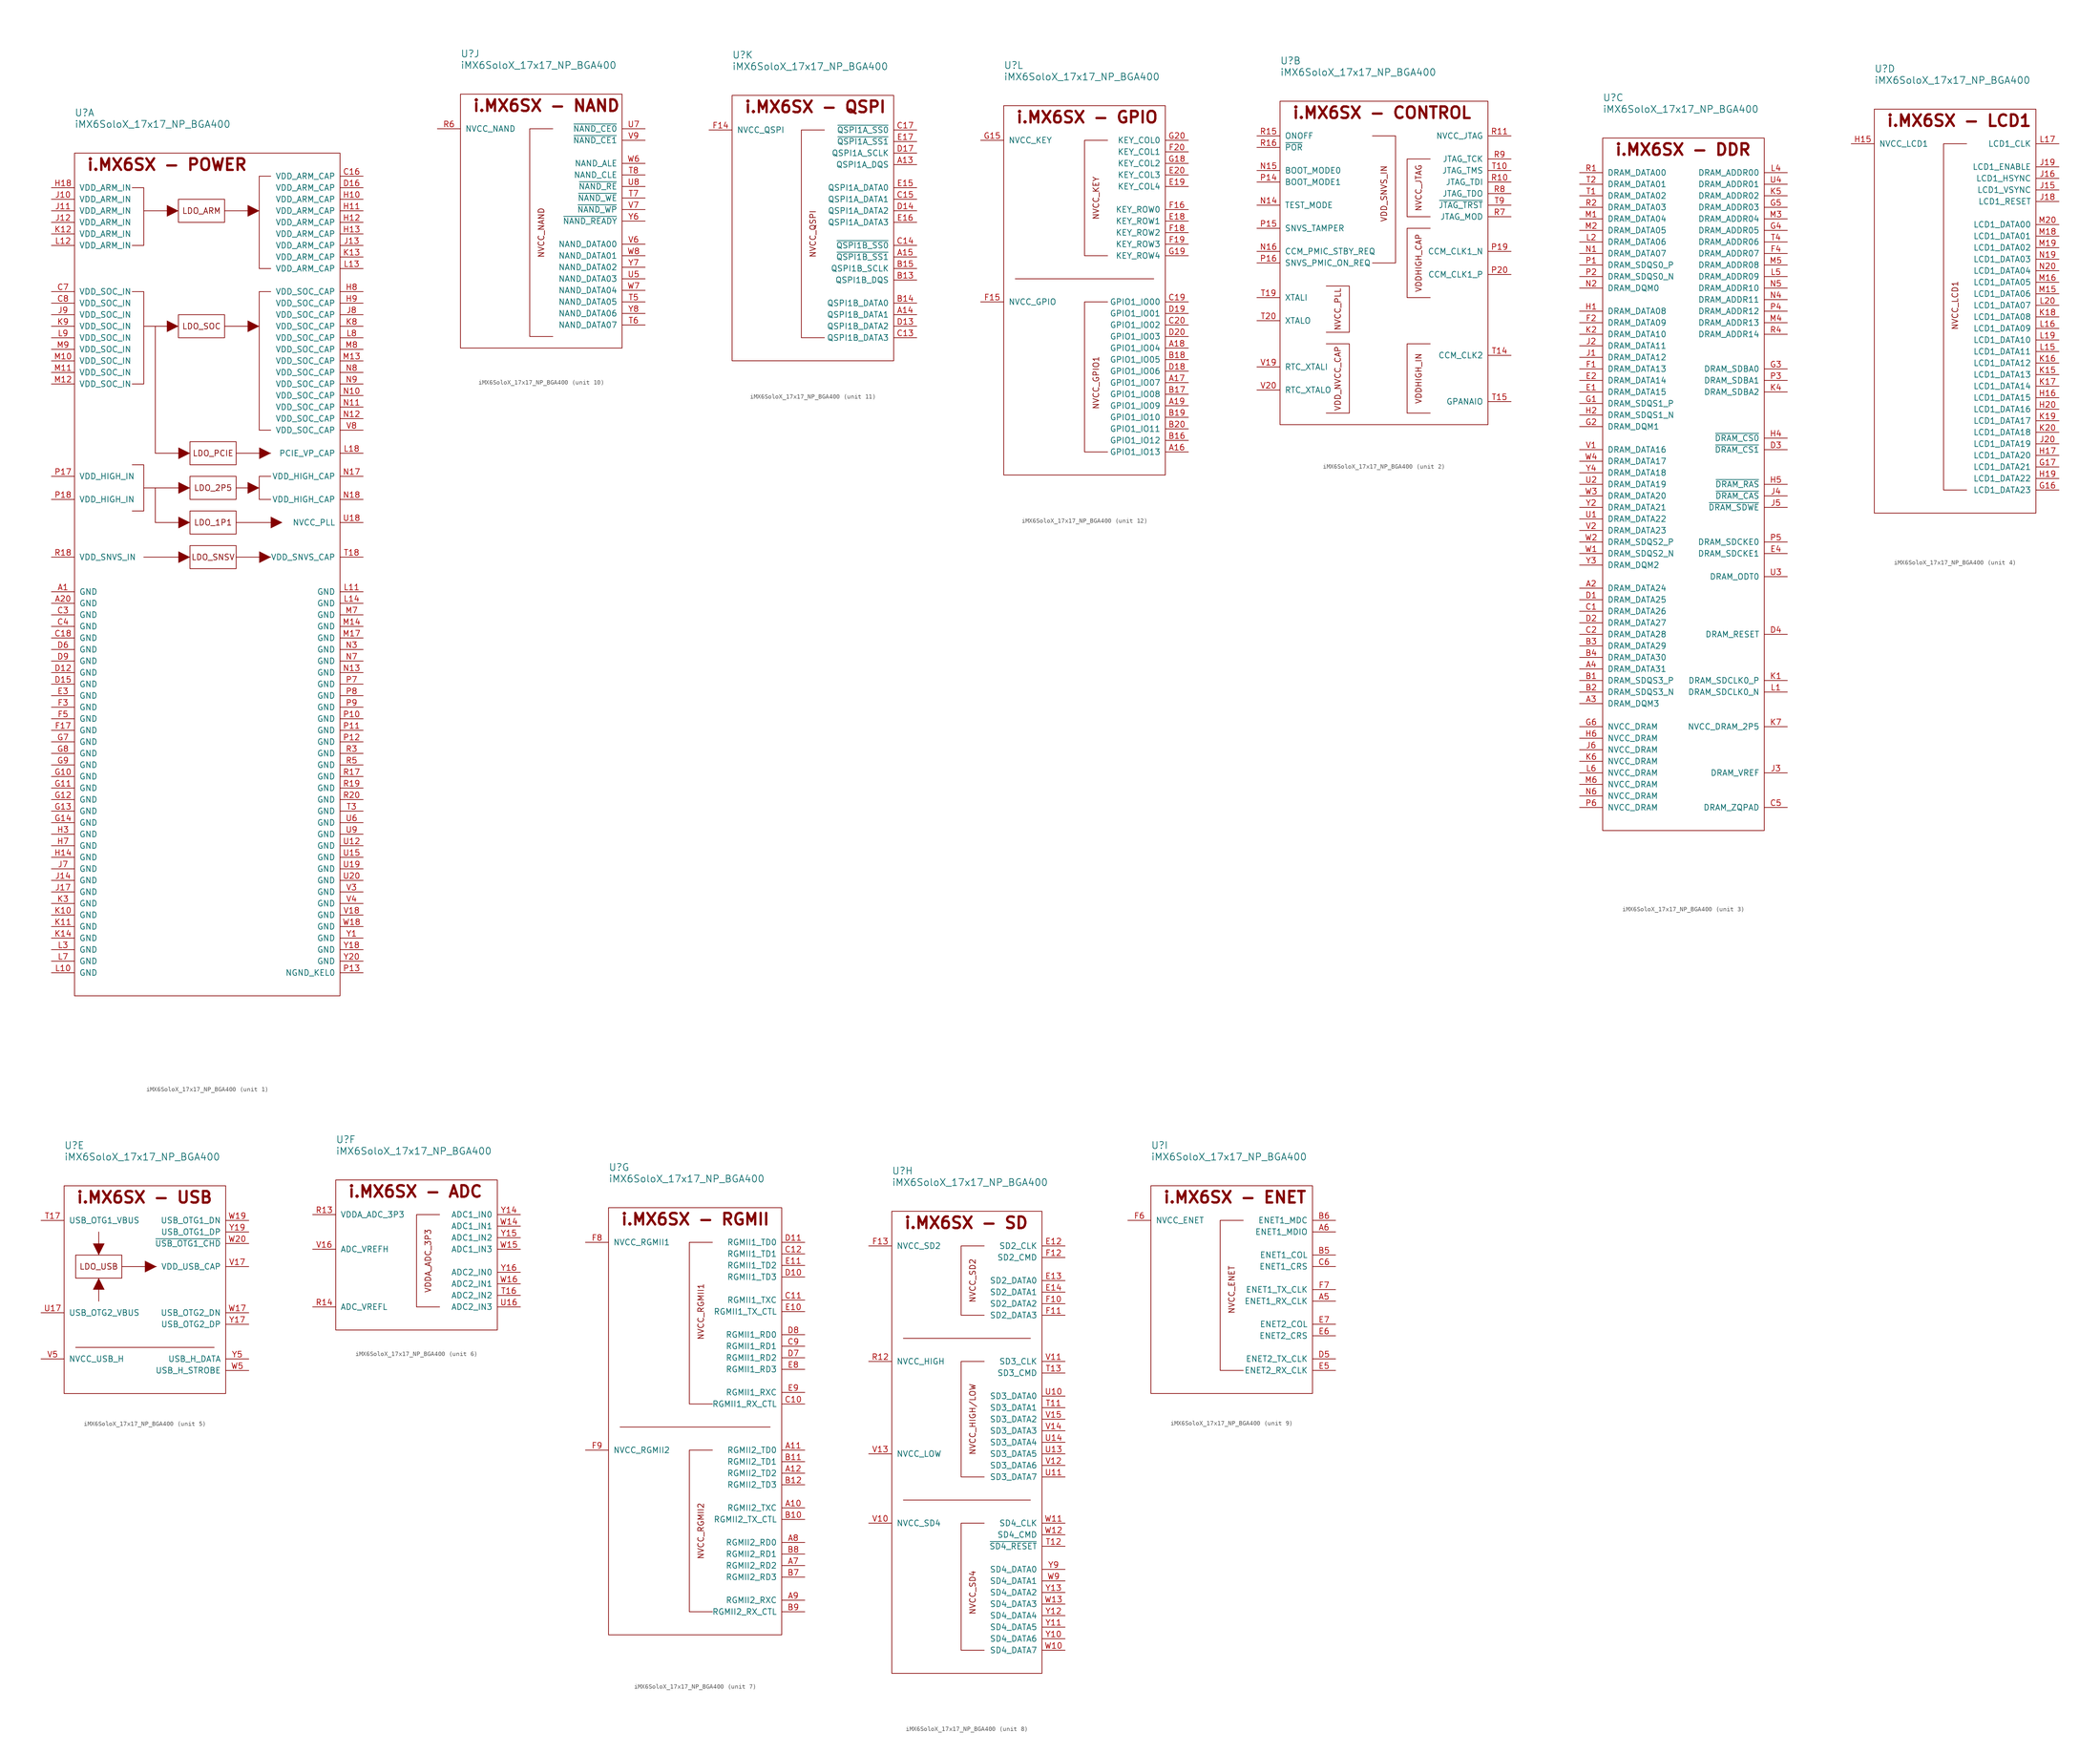
<source format=kicad_sym>
(kicad_symbol_lib
  (version 20211014)
  (generator kicad_symbol_editor)
  (symbol "iMX6SoloX_17x17_NP_BGA400"
    (pin_names
      (offset 1.016))
    (property "Reference" "U"
      (at 0 8.89 0)
      (effects (font (size 1.524 1.524)) (justify left)))
    (property "Value" "iMX6SoloX_17x17_NP_BGA400"
      (at 0 6.35 0)
      (effects (font (size 1.524 1.524)) (justify left)))
    (property "ki_locked" ""
      (at 0 0 0)
      (effects (font (size 1.27 1.27))))
    (symbol "iMX6SoloX_17x17_NP_BGA400_1_0"
      (polyline (pts (xy 15.24 -88.9) (xy 25.4 -88.9)) (stroke (width 0.152) (type default) (color 0 0 0 0)) (fill (type none)))
      (polyline (pts (xy 15.24 -73.66) (xy 25.4 -73.66)) (stroke (width 0.152) (type default) (color 0 0 0 0)) (fill (type none)))
      (polyline (pts (xy 15.24 -38.1) (xy 22.86 -38.1)) (stroke (width 0.152) (type default) (color 0 0 0 0)) (fill (type none)))
      (polyline (pts (xy 15.24 -12.7) (xy 22.86 -12.7)) (stroke (width 0.152) (type default) (color 0 0 0 0)) (fill (type none)))
      (polyline (pts (xy 17.78 -81.28) (xy 17.78 -73.66)) (stroke (width 0.152) (type default) (color 0 0 0 0)) (fill (type none)))
      (polyline (pts (xy 17.78 -81.28) (xy 25.4 -81.28)) (stroke (width 0.152) (type default) (color 0 0 0 0)) (fill (type none)))
      (polyline (pts (xy 17.78 -66.04) (xy 17.78 -38.1)) (stroke (width 0.152) (type default) (color 0 0 0 0)) (fill (type none)))
      (polyline (pts (xy 17.78 -66.04) (xy 25.4 -66.04)) (stroke (width 0.152) (type default) (color 0 0 0 0)) (fill (type none)))
      (polyline (pts (xy 33.02 -38.1) (xy 40.64 -38.1)) (stroke (width 0.152) (type default) (color 0 0 0 0)) (fill (type none)))
      (polyline (pts (xy 33.02 -12.7) (xy 40.64 -12.7)) (stroke (width 0.152) (type default) (color 0 0 0 0)) (fill (type none)))
      (polyline (pts (xy 35.56 -88.9) (xy 43.18 -88.9)) (stroke (width 0.152) (type default) (color 0 0 0 0)) (fill (type none)))
      (polyline (pts (xy 35.56 -81.28) (xy 43.18 -81.28)) (stroke (width 0.152) (type default) (color 0 0 0 0)) (fill (type none)))
      (polyline (pts (xy 35.56 -73.66) (xy 40.64 -73.66)) (stroke (width 0.152) (type default) (color 0 0 0 0)) (fill (type none)))
      (polyline (pts (xy 35.56 -66.04) (xy 43.18 -66.04)) (stroke (width 0.152) (type default) (color 0 0 0 0)) (fill (type none)))
      (polyline (pts (xy 12.7 -68.58) (xy 15.24 -68.58) (xy 15.24 -78.74) (xy 12.7 -78.74)) (stroke (width 0.152) (type default) (color 0 0 0 0)) (fill (type none)))
      (polyline (pts (xy 12.7 -30.48) (xy 15.24 -30.48) (xy 15.24 -50.8) (xy 12.7 -50.8)) (stroke (width 0.152) (type default) (color 0 0 0 0)) (fill (type none)))
      (polyline (pts (xy 12.7 -7.62) (xy 15.24 -7.62) (xy 15.24 -20.32) (xy 12.7 -20.32)) (stroke (width 0.152) (type default) (color 0 0 0 0)) (fill (type none)))
      (polyline (pts (xy 20.32 -36.83) (xy 22.86 -38.1) (xy 20.32 -39.37) (xy 20.32 -36.83)) (stroke (width 0.001) (type default) (color 0 0 0 0)) (fill (type outline)))
      (polyline (pts (xy 20.32 -11.43) (xy 22.86 -12.7) (xy 20.32 -13.97) (xy 20.32 -11.43)) (stroke (width 0.001) (type default) (color 0 0 0 0)) (fill (type outline)))
      (polyline (pts (xy 22.86 -87.63) (xy 25.4 -88.9) (xy 22.86 -90.17) (xy 22.86 -87.63)) (stroke (width 0.001) (type default) (color 0 0 0 0)) (fill (type outline)))
      (polyline (pts (xy 22.86 -80.01) (xy 25.4 -81.28) (xy 22.86 -82.55) (xy 22.86 -80.01)) (stroke (width 0.001) (type default) (color 0 0 0 0)) (fill (type outline)))
      (polyline (pts (xy 22.86 -72.39) (xy 25.4 -73.66) (xy 22.86 -74.93) (xy 22.86 -72.39)) (stroke (width 0.001) (type default) (color 0 0 0 0)) (fill (type outline)))
      (polyline (pts (xy 22.86 -64.77) (xy 25.4 -66.04) (xy 22.86 -67.31) (xy 22.86 -64.77)) (stroke (width 0.001) (type default) (color 0 0 0 0)) (fill (type outline)))
      (polyline (pts (xy 40.64 -73.66) (xy 38.1 -72.39) (xy 38.1 -74.93) (xy 40.64 -73.66)) (stroke (width 0.001) (type default) (color 0 0 0 0)) (fill (type outline)))
      (polyline (pts (xy 40.64 -38.1) (xy 38.1 -36.83) (xy 38.1 -39.37) (xy 40.64 -38.1)) (stroke (width 0.001) (type default) (color 0 0 0 0)) (fill (type outline)))
      (polyline (pts (xy 40.64 -12.7) (xy 38.1 -11.43) (xy 38.1 -13.97) (xy 40.64 -12.7)) (stroke (width 0.001) (type default) (color 0 0 0 0)) (fill (type outline)))
      (polyline (pts (xy 43.18 -88.9) (xy 40.64 -87.63) (xy 40.64 -90.17) (xy 43.18 -88.9)) (stroke (width 0.001) (type default) (color 0 0 0 0)) (fill (type outline)))
      (polyline (pts (xy 43.18 -71.12) (xy 40.64 -71.12) (xy 40.64 -76.2) (xy 43.18 -76.2)) (stroke (width 0.152) (type default) (color 0 0 0 0)) (fill (type none)))
      (polyline (pts (xy 43.18 -66.04) (xy 40.64 -64.77) (xy 40.64 -67.31) (xy 43.18 -66.04)) (stroke (width 0.001) (type default) (color 0 0 0 0)) (fill (type outline)))
      (polyline (pts (xy 43.18 -30.48) (xy 40.64 -30.48) (xy 40.64 -60.96) (xy 43.18 -60.96)) (stroke (width 0.152) (type default) (color 0 0 0 0)) (fill (type none)))
      (polyline (pts (xy 43.18 -5.08) (xy 40.64 -5.08) (xy 40.64 -25.4) (xy 43.18 -25.4)) (stroke (width 0.152) (type default) (color 0 0 0 0)) (fill (type none)))
      (polyline (pts (xy 45.72 -81.28) (xy 43.18 -80.01) (xy 43.18 -82.55) (xy 45.72 -81.28)) (stroke (width 0.001) (type default) (color 0 0 0 0)) (fill (type outline)))
      (rectangle (start 22.86 -35.56) (end 33.02 -40.64) (stroke (width 0.152) (type default) (color 0 0 0 0)) (fill (type none)))
      (rectangle (start 22.86 -10.16) (end 33.02 -15.24) (stroke (width 0.152) (type default) (color 0 0 0 0)) (fill (type none)))
      (rectangle (start 25.4 -86.36) (end 35.56 -91.44) (stroke (width 0.152) (type default) (color 0 0 0 0)) (fill (type none)))
      (rectangle (start 25.4 -78.74) (end 35.56 -83.82) (stroke (width 0.152) (type default) (color 0 0 0 0)) (fill (type none)))
      (rectangle (start 25.4 -71.12) (end 35.56 -76.2) (stroke (width 0.152) (type default) (color 0 0 0 0)) (fill (type none)))
      (rectangle (start 25.4 -63.5) (end 35.56 -68.58) (stroke (width 0.152) (type default) (color 0 0 0 0)) (fill (type none)))
      (text "i.MX6SX - POWER" (at 2.54 -2.54 0) (effects (font (size 2.54 2.54) bold) (justify left)))
      (text "LDO_1P1" (at 30.48 -81.28 0) (effects (font (size 1.27 1.27))))
      (text "LDO_2P5" (at 30.48 -73.66 0) (effects (font (size 1.27 1.27))))
      (text "LDO_ARM" (at 27.94 -12.7 0) (effects (font (size 1.27 1.27))))
      (text "LDO_PCIE" (at 30.48 -66.04 0) (effects (font (size 1.27 1.27))))
      (text "LDO_SNSV" (at 30.48 -88.9 0) (effects (font (size 1.27 1.27))))
      (text "LDO_SOC" (at 27.94 -38.1 0) (effects (font (size 1.27 1.27)))))
    (symbol "iMX6SoloX_17x17_NP_BGA400_1_1"
      (rectangle (start 0 0) (end 58.42 -185.42) (stroke (width 0.152) (type default) (color 0 0 0 0)) (fill (type none)))
      (pin passive line (at -5.08 -96.52 0) (length 5.08) (name "GND" (effects (font (size 1.27 1.27)))) (number "A1" (effects (font (size 1.27 1.27)))))
      (pin passive line (at -5.08 -99.06 0) (length 5.08) (name "GND" (effects (font (size 1.27 1.27)))) (number "A20" (effects (font (size 1.27 1.27)))))
      (pin passive line (at 63.5 -5.08 180) (length 5.08) (name "VDD_ARM_CAP" (effects (font (size 1.27 1.27)))) (number "C16" (effects (font (size 1.27 1.27)))))
      (pin passive line (at -5.08 -106.68 0) (length 5.08) (name "GND" (effects (font (size 1.27 1.27)))) (number "C18" (effects (font (size 1.27 1.27)))))
      (pin passive line (at -5.08 -101.6 0) (length 5.08) (name "GND" (effects (font (size 1.27 1.27)))) (number "C3" (effects (font (size 1.27 1.27)))))
      (pin passive line (at -5.08 -104.14 0) (length 5.08) (name "GND" (effects (font (size 1.27 1.27)))) (number "C4" (effects (font (size 1.27 1.27)))))
      (pin passive line (at -5.08 -30.48 0) (length 5.08) (name "VDD_SOC_IN" (effects (font (size 1.27 1.27)))) (number "C7" (effects (font (size 1.27 1.27)))))
      (pin passive line (at -5.08 -33.02 0) (length 5.08) (name "VDD_SOC_IN" (effects (font (size 1.27 1.27)))) (number "C8" (effects (font (size 1.27 1.27)))))
      (pin passive line (at -5.08 -114.3 0) (length 5.08) (name "GND" (effects (font (size 1.27 1.27)))) (number "D12" (effects (font (size 1.27 1.27)))))
      (pin passive line (at -5.08 -116.84 0) (length 5.08) (name "GND" (effects (font (size 1.27 1.27)))) (number "D15" (effects (font (size 1.27 1.27)))))
      (pin passive line (at 63.5 -7.62 180) (length 5.08) (name "VDD_ARM_CAP" (effects (font (size 1.27 1.27)))) (number "D16" (effects (font (size 1.27 1.27)))))
      (pin passive line (at -5.08 -109.22 0) (length 5.08) (name "GND" (effects (font (size 1.27 1.27)))) (number "D6" (effects (font (size 1.27 1.27)))))
      (pin passive line (at -5.08 -111.76 0) (length 5.08) (name "GND" (effects (font (size 1.27 1.27)))) (number "D9" (effects (font (size 1.27 1.27)))))
      (pin passive line (at -5.08 -119.38 0) (length 5.08) (name "GND" (effects (font (size 1.27 1.27)))) (number "E3" (effects (font (size 1.27 1.27)))))
      (pin passive line (at -5.08 -127 0) (length 5.08) (name "GND" (effects (font (size 1.27 1.27)))) (number "F17" (effects (font (size 1.27 1.27)))))
      (pin passive line (at -5.08 -121.92 0) (length 5.08) (name "GND" (effects (font (size 1.27 1.27)))) (number "F3" (effects (font (size 1.27 1.27)))))
      (pin passive line (at -5.08 -124.46 0) (length 5.08) (name "GND" (effects (font (size 1.27 1.27)))) (number "F5" (effects (font (size 1.27 1.27)))))
      (pin passive line (at -5.08 -137.16 0) (length 5.08) (name "GND" (effects (font (size 1.27 1.27)))) (number "G10" (effects (font (size 1.27 1.27)))))
      (pin passive line (at -5.08 -139.7 0) (length 5.08) (name "GND" (effects (font (size 1.27 1.27)))) (number "G11" (effects (font (size 1.27 1.27)))))
      (pin passive line (at -5.08 -142.24 0) (length 5.08) (name "GND" (effects (font (size 1.27 1.27)))) (number "G12" (effects (font (size 1.27 1.27)))))
      (pin passive line (at -5.08 -144.78 0) (length 5.08) (name "GND" (effects (font (size 1.27 1.27)))) (number "G13" (effects (font (size 1.27 1.27)))))
      (pin passive line (at -5.08 -147.32 0) (length 5.08) (name "GND" (effects (font (size 1.27 1.27)))) (number "G14" (effects (font (size 1.27 1.27)))))
      (pin passive line (at -5.08 -129.54 0) (length 5.08) (name "GND" (effects (font (size 1.27 1.27)))) (number "G7" (effects (font (size 1.27 1.27)))))
      (pin passive line (at -5.08 -132.08 0) (length 5.08) (name "GND" (effects (font (size 1.27 1.27)))) (number "G8" (effects (font (size 1.27 1.27)))))
      (pin passive line (at -5.08 -134.62 0) (length 5.08) (name "GND" (effects (font (size 1.27 1.27)))) (number "G9" (effects (font (size 1.27 1.27)))))
      (pin passive line (at 63.5 -10.16 180) (length 5.08) (name "VDD_ARM_CAP" (effects (font (size 1.27 1.27)))) (number "H10" (effects (font (size 1.27 1.27)))))
      (pin passive line (at 63.5 -12.7 180) (length 5.08) (name "VDD_ARM_CAP" (effects (font (size 1.27 1.27)))) (number "H11" (effects (font (size 1.27 1.27)))))
      (pin passive line (at 63.5 -15.24 180) (length 5.08) (name "VDD_ARM_CAP" (effects (font (size 1.27 1.27)))) (number "H12" (effects (font (size 1.27 1.27)))))
      (pin passive line (at 63.5 -17.78 180) (length 5.08) (name "VDD_ARM_CAP" (effects (font (size 1.27 1.27)))) (number "H13" (effects (font (size 1.27 1.27)))))
      (pin passive line (at -5.08 -154.94 0) (length 5.08) (name "GND" (effects (font (size 1.27 1.27)))) (number "H14" (effects (font (size 1.27 1.27)))))
      (pin passive line (at -5.08 -7.62 0) (length 5.08) (name "VDD_ARM_IN" (effects (font (size 1.27 1.27)))) (number "H18" (effects (font (size 1.27 1.27)))))
      (pin passive line (at -5.08 -149.86 0) (length 5.08) (name "GND" (effects (font (size 1.27 1.27)))) (number "H3" (effects (font (size 1.27 1.27)))))
      (pin passive line (at -5.08 -152.4 0) (length 5.08) (name "GND" (effects (font (size 1.27 1.27)))) (number "H7" (effects (font (size 1.27 1.27)))))
      (pin passive line (at 63.5 -30.48 180) (length 5.08) (name "VDD_SOC_CAP" (effects (font (size 1.27 1.27)))) (number "H8" (effects (font (size 1.27 1.27)))))
      (pin passive line (at 63.5 -33.02 180) (length 5.08) (name "VDD_SOC_CAP" (effects (font (size 1.27 1.27)))) (number "H9" (effects (font (size 1.27 1.27)))))
      (pin passive line (at -5.08 -10.16 0) (length 5.08) (name "VDD_ARM_IN" (effects (font (size 1.27 1.27)))) (number "J10" (effects (font (size 1.27 1.27)))))
      (pin passive line (at -5.08 -12.7 0) (length 5.08) (name "VDD_ARM_IN" (effects (font (size 1.27 1.27)))) (number "J11" (effects (font (size 1.27 1.27)))))
      (pin passive line (at -5.08 -15.24 0) (length 5.08) (name "VDD_ARM_IN" (effects (font (size 1.27 1.27)))) (number "J12" (effects (font (size 1.27 1.27)))))
      (pin passive line (at 63.5 -20.32 180) (length 5.08) (name "VDD_ARM_CAP" (effects (font (size 1.27 1.27)))) (number "J13" (effects (font (size 1.27 1.27)))))
      (pin passive line (at -5.08 -160.02 0) (length 5.08) (name "GND" (effects (font (size 1.27 1.27)))) (number "J14" (effects (font (size 1.27 1.27)))))
      (pin passive line (at -5.08 -162.56 0) (length 5.08) (name "GND" (effects (font (size 1.27 1.27)))) (number "J17" (effects (font (size 1.27 1.27)))))
      (pin passive line (at -5.08 -157.48 0) (length 5.08) (name "GND" (effects (font (size 1.27 1.27)))) (number "J7" (effects (font (size 1.27 1.27)))))
      (pin passive line (at 63.5 -35.56 180) (length 5.08) (name "VDD_SOC_CAP" (effects (font (size 1.27 1.27)))) (number "J8" (effects (font (size 1.27 1.27)))))
      (pin passive line (at -5.08 -35.56 0) (length 5.08) (name "VDD_SOC_IN" (effects (font (size 1.27 1.27)))) (number "J9" (effects (font (size 1.27 1.27)))))
      (pin passive line (at -5.08 -167.64 0) (length 5.08) (name "GND" (effects (font (size 1.27 1.27)))) (number "K10" (effects (font (size 1.27 1.27)))))
      (pin passive line (at -5.08 -170.18 0) (length 5.08) (name "GND" (effects (font (size 1.27 1.27)))) (number "K11" (effects (font (size 1.27 1.27)))))
      (pin passive line (at -5.08 -17.78 0) (length 5.08) (name "VDD_ARM_IN" (effects (font (size 1.27 1.27)))) (number "K12" (effects (font (size 1.27 1.27)))))
      (pin passive line (at 63.5 -22.86 180) (length 5.08) (name "VDD_ARM_CAP" (effects (font (size 1.27 1.27)))) (number "K13" (effects (font (size 1.27 1.27)))))
      (pin passive line (at -5.08 -172.72 0) (length 5.08) (name "GND" (effects (font (size 1.27 1.27)))) (number "K14" (effects (font (size 1.27 1.27)))))
      (pin passive line (at -5.08 -165.1 0) (length 5.08) (name "GND" (effects (font (size 1.27 1.27)))) (number "K3" (effects (font (size 1.27 1.27)))))
      (pin passive line (at 63.5 -38.1 180) (length 5.08) (name "VDD_SOC_CAP" (effects (font (size 1.27 1.27)))) (number "K8" (effects (font (size 1.27 1.27)))))
      (pin passive line (at -5.08 -38.1 0) (length 5.08) (name "VDD_SOC_IN" (effects (font (size 1.27 1.27)))) (number "K9" (effects (font (size 1.27 1.27)))))
      (pin passive line (at -5.08 -180.34 0) (length 5.08) (name "GND" (effects (font (size 1.27 1.27)))) (number "L10" (effects (font (size 1.27 1.27)))))
      (pin passive line (at 63.5 -96.52 180) (length 5.08) (name "GND" (effects (font (size 1.27 1.27)))) (number "L11" (effects (font (size 1.27 1.27)))))
      (pin passive line (at -5.08 -20.32 0) (length 5.08) (name "VDD_ARM_IN" (effects (font (size 1.27 1.27)))) (number "L12" (effects (font (size 1.27 1.27)))))
      (pin passive line (at 63.5 -25.4 180) (length 5.08) (name "VDD_ARM_CAP" (effects (font (size 1.27 1.27)))) (number "L13" (effects (font (size 1.27 1.27)))))
      (pin passive line (at 63.5 -99.06 180) (length 5.08) (name "GND" (effects (font (size 1.27 1.27)))) (number "L14" (effects (font (size 1.27 1.27)))))
      (pin passive line (at 63.5 -66.04 180) (length 5.08) (name "PCIE_VP_CAP" (effects (font (size 1.27 1.27)))) (number "L18" (effects (font (size 1.27 1.27)))))
      (pin passive line (at -5.08 -175.26 0) (length 5.08) (name "GND" (effects (font (size 1.27 1.27)))) (number "L3" (effects (font (size 1.27 1.27)))))
      (pin passive line (at -5.08 -177.8 0) (length 5.08) (name "GND" (effects (font (size 1.27 1.27)))) (number "L7" (effects (font (size 1.27 1.27)))))
      (pin passive line (at 63.5 -40.64 180) (length 5.08) (name "VDD_SOC_CAP" (effects (font (size 1.27 1.27)))) (number "L8" (effects (font (size 1.27 1.27)))))
      (pin passive line (at -5.08 -40.64 0) (length 5.08) (name "VDD_SOC_IN" (effects (font (size 1.27 1.27)))) (number "L9" (effects (font (size 1.27 1.27)))))
      (pin passive line (at -5.08 -45.72 0) (length 5.08) (name "VDD_SOC_IN" (effects (font (size 1.27 1.27)))) (number "M10" (effects (font (size 1.27 1.27)))))
      (pin passive line (at -5.08 -48.26 0) (length 5.08) (name "VDD_SOC_IN" (effects (font (size 1.27 1.27)))) (number "M11" (effects (font (size 1.27 1.27)))))
      (pin passive line (at -5.08 -50.8 0) (length 5.08) (name "VDD_SOC_IN" (effects (font (size 1.27 1.27)))) (number "M12" (effects (font (size 1.27 1.27)))))
      (pin passive line (at 63.5 -45.72 180) (length 5.08) (name "VDD_SOC_CAP" (effects (font (size 1.27 1.27)))) (number "M13" (effects (font (size 1.27 1.27)))))
      (pin passive line (at 63.5 -104.14 180) (length 5.08) (name "GND" (effects (font (size 1.27 1.27)))) (number "M14" (effects (font (size 1.27 1.27)))))
      (pin passive line (at 63.5 -106.68 180) (length 5.08) (name "GND" (effects (font (size 1.27 1.27)))) (number "M17" (effects (font (size 1.27 1.27)))))
      (pin passive line (at 63.5 -101.6 180) (length 5.08) (name "GND" (effects (font (size 1.27 1.27)))) (number "M7" (effects (font (size 1.27 1.27)))))
      (pin passive line (at 63.5 -43.18 180) (length 5.08) (name "VDD_SOC_CAP" (effects (font (size 1.27 1.27)))) (number "M8" (effects (font (size 1.27 1.27)))))
      (pin passive line (at -5.08 -43.18 0) (length 5.08) (name "VDD_SOC_IN" (effects (font (size 1.27 1.27)))) (number "M9" (effects (font (size 1.27 1.27)))))
      (pin passive line (at 63.5 -53.34 180) (length 5.08) (name "VDD_SOC_CAP" (effects (font (size 1.27 1.27)))) (number "N10" (effects (font (size 1.27 1.27)))))
      (pin passive line (at 63.5 -55.88 180) (length 5.08) (name "VDD_SOC_CAP" (effects (font (size 1.27 1.27)))) (number "N11" (effects (font (size 1.27 1.27)))))
      (pin passive line (at 63.5 -58.42 180) (length 5.08) (name "VDD_SOC_CAP" (effects (font (size 1.27 1.27)))) (number "N12" (effects (font (size 1.27 1.27)))))
      (pin passive line (at 63.5 -114.3 180) (length 5.08) (name "GND" (effects (font (size 1.27 1.27)))) (number "N13" (effects (font (size 1.27 1.27)))))
      (pin passive line (at 63.5 -71.12 180) (length 5.08) (name "VDD_HIGH_CAP" (effects (font (size 1.27 1.27)))) (number "N17" (effects (font (size 1.27 1.27)))))
      (pin passive line (at 63.5 -76.2 180) (length 5.08) (name "VDD_HIGH_CAP" (effects (font (size 1.27 1.27)))) (number "N18" (effects (font (size 1.27 1.27)))))
      (pin passive line (at 63.5 -109.22 180) (length 5.08) (name "GND" (effects (font (size 1.27 1.27)))) (number "N3" (effects (font (size 1.27 1.27)))))
      (pin passive line (at 63.5 -111.76 180) (length 5.08) (name "GND" (effects (font (size 1.27 1.27)))) (number "N7" (effects (font (size 1.27 1.27)))))
      (pin passive line (at 63.5 -48.26 180) (length 5.08) (name "VDD_SOC_CAP" (effects (font (size 1.27 1.27)))) (number "N8" (effects (font (size 1.27 1.27)))))
      (pin passive line (at 63.5 -50.8 180) (length 5.08) (name "VDD_SOC_CAP" (effects (font (size 1.27 1.27)))) (number "N9" (effects (font (size 1.27 1.27)))))
      (pin passive line (at 63.5 -124.46 180) (length 5.08) (name "GND" (effects (font (size 1.27 1.27)))) (number "P10" (effects (font (size 1.27 1.27)))))
      (pin passive line (at 63.5 -127 180) (length 5.08) (name "GND" (effects (font (size 1.27 1.27)))) (number "P11" (effects (font (size 1.27 1.27)))))
      (pin passive line (at 63.5 -129.54 180) (length 5.08) (name "GND" (effects (font (size 1.27 1.27)))) (number "P12" (effects (font (size 1.27 1.27)))))
      (pin passive line (at 63.5 -180.34 180) (length 5.08) (name "NGND_KEL0" (effects (font (size 1.27 1.27)))) (number "P13" (effects (font (size 1.27 1.27)))))
      (pin passive line (at -5.08 -71.12 0) (length 5.08) (name "VDD_HIGH_IN" (effects (font (size 1.27 1.27)))) (number "P17" (effects (font (size 1.27 1.27)))))
      (pin passive line (at -5.08 -76.2 0) (length 5.08) (name "VDD_HIGH_IN" (effects (font (size 1.27 1.27)))) (number "P18" (effects (font (size 1.27 1.27)))))
      (pin passive line (at 63.5 -116.84 180) (length 5.08) (name "GND" (effects (font (size 1.27 1.27)))) (number "P7" (effects (font (size 1.27 1.27)))))
      (pin passive line (at 63.5 -119.38 180) (length 5.08) (name "GND" (effects (font (size 1.27 1.27)))) (number "P8" (effects (font (size 1.27 1.27)))))
      (pin passive line (at 63.5 -121.92 180) (length 5.08) (name "GND" (effects (font (size 1.27 1.27)))) (number "P9" (effects (font (size 1.27 1.27)))))
      (pin passive line (at 63.5 -137.16 180) (length 5.08) (name "GND" (effects (font (size 1.27 1.27)))) (number "R17" (effects (font (size 1.27 1.27)))))
      (pin passive line (at -5.08 -88.9 0) (length 5.08) (name "VDD_SNVS_IN" (effects (font (size 1.27 1.27)))) (number "R18" (effects (font (size 1.27 1.27)))))
      (pin passive line (at 63.5 -139.7 180) (length 5.08) (name "GND" (effects (font (size 1.27 1.27)))) (number "R19" (effects (font (size 1.27 1.27)))))
      (pin passive line (at 63.5 -142.24 180) (length 5.08) (name "GND" (effects (font (size 1.27 1.27)))) (number "R20" (effects (font (size 1.27 1.27)))))
      (pin passive line (at 63.5 -132.08 180) (length 5.08) (name "GND" (effects (font (size 1.27 1.27)))) (number "R3" (effects (font (size 1.27 1.27)))))
      (pin passive line (at 63.5 -134.62 180) (length 5.08) (name "GND" (effects (font (size 1.27 1.27)))) (number "R5" (effects (font (size 1.27 1.27)))))
      (pin passive line (at 63.5 -88.9 180) (length 5.08) (name "VDD_SNVS_CAP" (effects (font (size 1.27 1.27)))) (number "T18" (effects (font (size 1.27 1.27)))))
      (pin passive line (at 63.5 -144.78 180) (length 5.08) (name "GND" (effects (font (size 1.27 1.27)))) (number "T3" (effects (font (size 1.27 1.27)))))
      (pin passive line (at 63.5 -152.4 180) (length 5.08) (name "GND" (effects (font (size 1.27 1.27)))) (number "U12" (effects (font (size 1.27 1.27)))))
      (pin passive line (at 63.5 -154.94 180) (length 5.08) (name "GND" (effects (font (size 1.27 1.27)))) (number "U15" (effects (font (size 1.27 1.27)))))
      (pin passive line (at 63.5 -81.28 180) (length 5.08) (name "NVCC_PLL" (effects (font (size 1.27 1.27)))) (number "U18" (effects (font (size 1.27 1.27)))))
      (pin passive line (at 63.5 -157.48 180) (length 5.08) (name "GND" (effects (font (size 1.27 1.27)))) (number "U19" (effects (font (size 1.27 1.27)))))
      (pin passive line (at 63.5 -160.02 180) (length 5.08) (name "GND" (effects (font (size 1.27 1.27)))) (number "U20" (effects (font (size 1.27 1.27)))))
      (pin passive line (at 63.5 -147.32 180) (length 5.08) (name "GND" (effects (font (size 1.27 1.27)))) (number "U6" (effects (font (size 1.27 1.27)))))
      (pin passive line (at 63.5 -149.86 180) (length 5.08) (name "GND" (effects (font (size 1.27 1.27)))) (number "U9" (effects (font (size 1.27 1.27)))))
      (pin passive line (at 63.5 -167.64 180) (length 5.08) (name "GND" (effects (font (size 1.27 1.27)))) (number "V18" (effects (font (size 1.27 1.27)))))
      (pin passive line (at 63.5 -162.56 180) (length 5.08) (name "GND" (effects (font (size 1.27 1.27)))) (number "V3" (effects (font (size 1.27 1.27)))))
      (pin passive line (at 63.5 -165.1 180) (length 5.08) (name "GND" (effects (font (size 1.27 1.27)))) (number "V4" (effects (font (size 1.27 1.27)))))
      (pin passive line (at 63.5 -60.96 180) (length 5.08) (name "VDD_SOC_CAP" (effects (font (size 1.27 1.27)))) (number "V8" (effects (font (size 1.27 1.27)))))
      (pin passive line (at 63.5 -170.18 180) (length 5.08) (name "GND" (effects (font (size 1.27 1.27)))) (number "W18" (effects (font (size 1.27 1.27)))))
      (pin passive line (at 63.5 -172.72 180) (length 5.08) (name "GND" (effects (font (size 1.27 1.27)))) (number "Y1" (effects (font (size 1.27 1.27)))))
      (pin passive line (at 63.5 -175.26 180) (length 5.08) (name "GND" (effects (font (size 1.27 1.27)))) (number "Y18" (effects (font (size 1.27 1.27)))))
      (pin passive line (at 63.5 -177.8 180) (length 5.08) (name "GND" (effects (font (size 1.27 1.27)))) (number "Y20" (effects (font (size 1.27 1.27))))))
    (symbol "iMX6SoloX_17x17_NP_BGA400_2_0"
      (polyline (pts (xy 10.16 -53.34) (xy 15.24 -53.34) (xy 15.24 -68.58) (xy 10.16 -68.58)) (stroke (width 0.152) (type default) (color 0 0 0 0)) (fill (type none)))
      (polyline (pts (xy 10.16 -40.64) (xy 15.24 -40.64) (xy 15.24 -50.8) (xy 10.16 -50.8)) (stroke (width 0.152) (type default) (color 0 0 0 0)) (fill (type none)))
      (polyline (pts (xy 20.32 -7.62) (xy 25.4 -7.62) (xy 25.4 -35.56) (xy 20.32 -35.56)) (stroke (width 0.152) (type default) (color 0 0 0 0)) (fill (type none)))
      (polyline (pts (xy 33.02 -53.34) (xy 27.94 -53.34) (xy 27.94 -68.58) (xy 33.02 -68.58)) (stroke (width 0.152) (type default) (color 0 0 0 0)) (fill (type none)))
      (polyline (pts (xy 33.02 -27.94) (xy 27.94 -27.94) (xy 27.94 -43.18) (xy 33.02 -43.18)) (stroke (width 0.152) (type default) (color 0 0 0 0)) (fill (type none)))
      (polyline (pts (xy 33.02 -12.7) (xy 27.94 -12.7) (xy 27.94 -25.4) (xy 33.02 -25.4)) (stroke (width 0.152) (type default) (color 0 0 0 0)) (fill (type none)))
      (text "i.MX6SX - CONTROL" (at 2.54 -2.54 0) (effects (font (size 2.54 2.54) bold) (justify left))))
    (symbol "iMX6SoloX_17x17_NP_BGA400_2_1"
      (rectangle (start 0 0) (end 45.72 -71.12) (stroke (width 0.152) (type default) (color 0 0 0 0)) (fill (type none)))
      (text "NVCC_JTAG" (at 30.48 -19.05 900) (effects (font (size 1.27 1.27))))
      (text "NVCC_PLL" (at 12.7 -45.72 900) (effects (font (size 1.27 1.27))))
      (text "VDD_NVCC_CAP" (at 12.7 -60.96 900) (effects (font (size 1.27 1.27))))
      (text "VDD_SNVS_IN" (at 22.86 -20.32 900) (effects (font (size 1.27 1.27))))
      (text "VDDHIGH_CAP" (at 30.48 -35.56 900) (effects (font (size 1.27 1.27))))
      (text "VDDHIGH_IN" (at 30.48 -60.96 900) (effects (font (size 1.27 1.27))))
      (pin passive line (at -5.08 -22.86 0) (length 5.08) (name "TEST_MODE" (effects (font (size 1.27 1.27)))) (number "N14" (effects (font (size 1.27 1.27)))))
      (pin passive line (at -5.08 -15.24 0) (length 5.08) (name "BOOT_MODE0" (effects (font (size 1.27 1.27)))) (number "N15" (effects (font (size 1.27 1.27)))))
      (pin passive line (at -5.08 -33.02 0) (length 5.08) (name "CCM_PMIC_STBY_REQ" (effects (font (size 1.27 1.27)))) (number "N16" (effects (font (size 1.27 1.27)))))
      (pin passive line (at -5.08 -17.78 0) (length 5.08) (name "BOOT_MODE1" (effects (font (size 1.27 1.27)))) (number "P14" (effects (font (size 1.27 1.27)))))
      (pin passive line (at -5.08 -27.94 0) (length 5.08) (name "SNVS_TAMPER" (effects (font (size 1.27 1.27)))) (number "P15" (effects (font (size 1.27 1.27)))))
      (pin passive line (at -5.08 -35.56 0) (length 5.08) (name "SNVS_PMIC_ON_REQ" (effects (font (size 1.27 1.27)))) (number "P16" (effects (font (size 1.27 1.27)))))
      (pin passive line (at 50.8 -33.02 180) (length 5.08) (name "CCM_CLK1_N" (effects (font (size 1.27 1.27)))) (number "P19" (effects (font (size 1.27 1.27)))))
      (pin passive line (at 50.8 -38.1 180) (length 5.08) (name "CCM_CLK1_P" (effects (font (size 1.27 1.27)))) (number "P20" (effects (font (size 1.27 1.27)))))
      (pin passive line (at 50.8 -17.78 180) (length 5.08) (name "JTAG_TDI" (effects (font (size 1.27 1.27)))) (number "R10" (effects (font (size 1.27 1.27)))))
      (pin passive line (at 50.8 -7.62 180) (length 5.08) (name "NVCC_JTAG" (effects (font (size 1.27 1.27)))) (number "R11" (effects (font (size 1.27 1.27)))))
      (pin passive line (at -5.08 -7.62 0) (length 5.08) (name "ONOFF" (effects (font (size 1.27 1.27)))) (number "R15" (effects (font (size 1.27 1.27)))))
      (pin passive line (at -5.08 -10.16 0) (length 5.08) (name "~{POR}" (effects (font (size 1.27 1.27)))) (number "R16" (effects (font (size 1.27 1.27)))))
      (pin passive line (at 50.8 -25.4 180) (length 5.08) (name "JTAG_MOD" (effects (font (size 1.27 1.27)))) (number "R7" (effects (font (size 1.27 1.27)))))
      (pin passive line (at 50.8 -20.32 180) (length 5.08) (name "JTAG_TDO" (effects (font (size 1.27 1.27)))) (number "R8" (effects (font (size 1.27 1.27)))))
      (pin passive line (at 50.8 -12.7 180) (length 5.08) (name "JTAG_TCK" (effects (font (size 1.27 1.27)))) (number "R9" (effects (font (size 1.27 1.27)))))
      (pin passive line (at 50.8 -15.24 180) (length 5.08) (name "JTAG_TMS" (effects (font (size 1.27 1.27)))) (number "T10" (effects (font (size 1.27 1.27)))))
      (pin passive line (at 50.8 -55.88 180) (length 5.08) (name "CCM_CLK2" (effects (font (size 1.27 1.27)))) (number "T14" (effects (font (size 1.27 1.27)))))
      (pin passive line (at 50.8 -66.04 180) (length 5.08) (name "GPANAIO" (effects (font (size 1.27 1.27)))) (number "T15" (effects (font (size 1.27 1.27)))))
      (pin passive line (at -5.08 -43.18 0) (length 5.08) (name "XTALI" (effects (font (size 1.27 1.27)))) (number "T19" (effects (font (size 1.27 1.27)))))
      (pin passive line (at -5.08 -48.26 0) (length 5.08) (name "XTALO" (effects (font (size 1.27 1.27)))) (number "T20" (effects (font (size 1.27 1.27)))))
      (pin passive line (at 50.8 -22.86 180) (length 5.08) (name "~{JTAG_TRST}" (effects (font (size 1.27 1.27)))) (number "T9" (effects (font (size 1.27 1.27)))))
      (pin passive line (at -5.08 -58.42 0) (length 5.08) (name "RTC_XTALI" (effects (font (size 1.27 1.27)))) (number "V19" (effects (font (size 1.27 1.27)))))
      (pin passive line (at -5.08 -63.5 0) (length 5.08) (name "RTC_XTALO" (effects (font (size 1.27 1.27)))) (number "V20" (effects (font (size 1.27 1.27))))))
    (symbol "iMX6SoloX_17x17_NP_BGA400_3_0"
      (text "i.MX6SX - DDR" (at 2.54 -2.54 0) (effects (font (size 2.54 2.54) bold) (justify left))))
    (symbol "iMX6SoloX_17x17_NP_BGA400_3_1"
      (rectangle (start 0 0) (end 35.56 -152.4) (stroke (width 0.152) (type default) (color 0 0 0 0)) (fill (type none)))
      (pin passive line (at -5.08 -99.06 0) (length 5.08) (name "DRAM_DATA24" (effects (font (size 1.27 1.27)))) (number "A2" (effects (font (size 1.27 1.27)))))
      (pin passive line (at -5.08 -124.46 0) (length 5.08) (name "DRAM_DQM3" (effects (font (size 1.27 1.27)))) (number "A3" (effects (font (size 1.27 1.27)))))
      (pin passive line (at -5.08 -116.84 0) (length 5.08) (name "DRAM_DATA31" (effects (font (size 1.27 1.27)))) (number "A4" (effects (font (size 1.27 1.27)))))
      (pin passive line (at -5.08 -119.38 0) (length 5.08) (name "DRAM_SDQS3_P" (effects (font (size 1.27 1.27)))) (number "B1" (effects (font (size 1.27 1.27)))))
      (pin passive line (at -5.08 -121.92 0) (length 5.08) (name "DRAM_SDQS3_N" (effects (font (size 1.27 1.27)))) (number "B2" (effects (font (size 1.27 1.27)))))
      (pin passive line (at -5.08 -111.76 0) (length 5.08) (name "DRAM_DATA29" (effects (font (size 1.27 1.27)))) (number "B3" (effects (font (size 1.27 1.27)))))
      (pin passive line (at -5.08 -114.3 0) (length 5.08) (name "DRAM_DATA30" (effects (font (size 1.27 1.27)))) (number "B4" (effects (font (size 1.27 1.27)))))
      (pin passive line (at -5.08 -104.14 0) (length 5.08) (name "DRAM_DATA26" (effects (font (size 1.27 1.27)))) (number "C1" (effects (font (size 1.27 1.27)))))
      (pin passive line (at -5.08 -109.22 0) (length 5.08) (name "DRAM_DATA28" (effects (font (size 1.27 1.27)))) (number "C2" (effects (font (size 1.27 1.27)))))
      (pin passive line (at 40.64 -147.32 180) (length 5.08) (name "DRAM_ZQPAD" (effects (font (size 1.27 1.27)))) (number "C5" (effects (font (size 1.27 1.27)))))
      (pin passive line (at -5.08 -101.6 0) (length 5.08) (name "DRAM_DATA25" (effects (font (size 1.27 1.27)))) (number "D1" (effects (font (size 1.27 1.27)))))
      (pin passive line (at -5.08 -106.68 0) (length 5.08) (name "DRAM_DATA27" (effects (font (size 1.27 1.27)))) (number "D2" (effects (font (size 1.27 1.27)))))
      (pin passive line (at 40.64 -68.58 180) (length 5.08) (name "~{DRAM_CS1}" (effects (font (size 1.27 1.27)))) (number "D3" (effects (font (size 1.27 1.27)))))
      (pin passive line (at 40.64 -109.22 180) (length 5.08) (name "DRAM_RESET" (effects (font (size 1.27 1.27)))) (number "D4" (effects (font (size 1.27 1.27)))))
      (pin passive line (at -5.08 -55.88 0) (length 5.08) (name "DRAM_DATA15" (effects (font (size 1.27 1.27)))) (number "E1" (effects (font (size 1.27 1.27)))))
      (pin passive line (at -5.08 -53.34 0) (length 5.08) (name "DRAM_DATA14" (effects (font (size 1.27 1.27)))) (number "E2" (effects (font (size 1.27 1.27)))))
      (pin passive line (at 40.64 -91.44 180) (length 5.08) (name "DRAM_SDCKE1" (effects (font (size 1.27 1.27)))) (number "E4" (effects (font (size 1.27 1.27)))))
      (pin passive line (at -5.08 -50.8 0) (length 5.08) (name "DRAM_DATA13" (effects (font (size 1.27 1.27)))) (number "F1" (effects (font (size 1.27 1.27)))))
      (pin passive line (at -5.08 -40.64 0) (length 5.08) (name "DRAM_DATA09" (effects (font (size 1.27 1.27)))) (number "F2" (effects (font (size 1.27 1.27)))))
      (pin passive line (at 40.64 -25.4 180) (length 5.08) (name "DRAM_ADDR07" (effects (font (size 1.27 1.27)))) (number "F4" (effects (font (size 1.27 1.27)))))
      (pin passive line (at -5.08 -58.42 0) (length 5.08) (name "DRAM_SDQS1_P" (effects (font (size 1.27 1.27)))) (number "G1" (effects (font (size 1.27 1.27)))))
      (pin passive line (at -5.08 -63.5 0) (length 5.08) (name "DRAM_DQM1" (effects (font (size 1.27 1.27)))) (number "G2" (effects (font (size 1.27 1.27)))))
      (pin passive line (at 40.64 -50.8 180) (length 5.08) (name "DRAM_SDBA0" (effects (font (size 1.27 1.27)))) (number "G3" (effects (font (size 1.27 1.27)))))
      (pin passive line (at 40.64 -20.32 180) (length 5.08) (name "DRAM_ADDR05" (effects (font (size 1.27 1.27)))) (number "G4" (effects (font (size 1.27 1.27)))))
      (pin passive line (at 40.64 -15.24 180) (length 5.08) (name "DRAM_ADDR03" (effects (font (size 1.27 1.27)))) (number "G5" (effects (font (size 1.27 1.27)))))
      (pin passive line (at -5.08 -129.54 0) (length 5.08) (name "NVCC_DRAM" (effects (font (size 1.27 1.27)))) (number "G6" (effects (font (size 1.27 1.27)))))
      (pin passive line (at -5.08 -38.1 0) (length 5.08) (name "DRAM_DATA08" (effects (font (size 1.27 1.27)))) (number "H1" (effects (font (size 1.27 1.27)))))
      (pin passive line (at -5.08 -60.96 0) (length 5.08) (name "DRAM_SDQS1_N" (effects (font (size 1.27 1.27)))) (number "H2" (effects (font (size 1.27 1.27)))))
      (pin passive line (at 40.64 -66.04 180) (length 5.08) (name "~{DRAM_CS0}" (effects (font (size 1.27 1.27)))) (number "H4" (effects (font (size 1.27 1.27)))))
      (pin passive line (at 40.64 -76.2 180) (length 5.08) (name "~{DRAM_RAS}" (effects (font (size 1.27 1.27)))) (number "H5" (effects (font (size 1.27 1.27)))))
      (pin passive line (at -5.08 -132.08 0) (length 5.08) (name "NVCC_DRAM" (effects (font (size 1.27 1.27)))) (number "H6" (effects (font (size 1.27 1.27)))))
      (pin passive line (at -5.08 -48.26 0) (length 5.08) (name "DRAM_DATA12" (effects (font (size 1.27 1.27)))) (number "J1" (effects (font (size 1.27 1.27)))))
      (pin passive line (at -5.08 -45.72 0) (length 5.08) (name "DRAM_DATA11" (effects (font (size 1.27 1.27)))) (number "J2" (effects (font (size 1.27 1.27)))))
      (pin passive line (at 40.64 -139.7 180) (length 5.08) (name "DRAM_VREF" (effects (font (size 1.27 1.27)))) (number "J3" (effects (font (size 1.27 1.27)))))
      (pin passive line (at 40.64 -78.74 180) (length 5.08) (name "~{DRAM_CAS}" (effects (font (size 1.27 1.27)))) (number "J4" (effects (font (size 1.27 1.27)))))
      (pin passive line (at 40.64 -81.28 180) (length 5.08) (name "~{DRAM_SDWE}" (effects (font (size 1.27 1.27)))) (number "J5" (effects (font (size 1.27 1.27)))))
      (pin passive line (at -5.08 -134.62 0) (length 5.08) (name "NVCC_DRAM" (effects (font (size 1.27 1.27)))) (number "J6" (effects (font (size 1.27 1.27)))))
      (pin passive line (at 40.64 -119.38 180) (length 5.08) (name "DRAM_SDCLK0_P" (effects (font (size 1.27 1.27)))) (number "K1" (effects (font (size 1.27 1.27)))))
      (pin passive line (at -5.08 -43.18 0) (length 5.08) (name "DRAM_DATA10" (effects (font (size 1.27 1.27)))) (number "K2" (effects (font (size 1.27 1.27)))))
      (pin passive line (at 40.64 -55.88 180) (length 5.08) (name "DRAM_SDBA2" (effects (font (size 1.27 1.27)))) (number "K4" (effects (font (size 1.27 1.27)))))
      (pin passive line (at 40.64 -12.7 180) (length 5.08) (name "DRAM_ADDR02" (effects (font (size 1.27 1.27)))) (number "K5" (effects (font (size 1.27 1.27)))))
      (pin passive line (at -5.08 -137.16 0) (length 5.08) (name "NVCC_DRAM" (effects (font (size 1.27 1.27)))) (number "K6" (effects (font (size 1.27 1.27)))))
      (pin passive line (at 40.64 -129.54 180) (length 5.08) (name "NVCC_DRAM_2P5" (effects (font (size 1.27 1.27)))) (number "K7" (effects (font (size 1.27 1.27)))))
      (pin passive line (at 40.64 -121.92 180) (length 5.08) (name "DRAM_SDCLK0_N" (effects (font (size 1.27 1.27)))) (number "L1" (effects (font (size 1.27 1.27)))))
      (pin passive line (at -5.08 -22.86 0) (length 5.08) (name "DRAM_DATA06" (effects (font (size 1.27 1.27)))) (number "L2" (effects (font (size 1.27 1.27)))))
      (pin passive line (at 40.64 -7.62 180) (length 5.08) (name "DRAM_ADDR00" (effects (font (size 1.27 1.27)))) (number "L4" (effects (font (size 1.27 1.27)))))
      (pin passive line (at 40.64 -30.48 180) (length 5.08) (name "DRAM_ADDR09" (effects (font (size 1.27 1.27)))) (number "L5" (effects (font (size 1.27 1.27)))))
      (pin passive line (at -5.08 -139.7 0) (length 5.08) (name "NVCC_DRAM" (effects (font (size 1.27 1.27)))) (number "L6" (effects (font (size 1.27 1.27)))))
      (pin passive line (at -5.08 -17.78 0) (length 5.08) (name "DRAM_DATA04" (effects (font (size 1.27 1.27)))) (number "M1" (effects (font (size 1.27 1.27)))))
      (pin passive line (at -5.08 -20.32 0) (length 5.08) (name "DRAM_DATA05" (effects (font (size 1.27 1.27)))) (number "M2" (effects (font (size 1.27 1.27)))))
      (pin passive line (at 40.64 -17.78 180) (length 5.08) (name "DRAM_ADDR04" (effects (font (size 1.27 1.27)))) (number "M3" (effects (font (size 1.27 1.27)))))
      (pin passive line (at 40.64 -40.64 180) (length 5.08) (name "DRAM_ADDR13" (effects (font (size 1.27 1.27)))) (number "M4" (effects (font (size 1.27 1.27)))))
      (pin passive line (at 40.64 -27.94 180) (length 5.08) (name "DRAM_ADDR08" (effects (font (size 1.27 1.27)))) (number "M5" (effects (font (size 1.27 1.27)))))
      (pin passive line (at -5.08 -142.24 0) (length 5.08) (name "NVCC_DRAM" (effects (font (size 1.27 1.27)))) (number "M6" (effects (font (size 1.27 1.27)))))
      (pin passive line (at -5.08 -25.4 0) (length 5.08) (name "DRAM_DATA07" (effects (font (size 1.27 1.27)))) (number "N1" (effects (font (size 1.27 1.27)))))
      (pin passive line (at -5.08 -33.02 0) (length 5.08) (name "DRAM_DQM0" (effects (font (size 1.27 1.27)))) (number "N2" (effects (font (size 1.27 1.27)))))
      (pin passive line (at 40.64 -35.56 180) (length 5.08) (name "DRAM_ADDR11" (effects (font (size 1.27 1.27)))) (number "N4" (effects (font (size 1.27 1.27)))))
      (pin passive line (at 40.64 -33.02 180) (length 5.08) (name "DRAM_ADDR10" (effects (font (size 1.27 1.27)))) (number "N5" (effects (font (size 1.27 1.27)))))
      (pin passive line (at -5.08 -144.78 0) (length 5.08) (name "NVCC_DRAM" (effects (font (size 1.27 1.27)))) (number "N6" (effects (font (size 1.27 1.27)))))
      (pin passive line (at -5.08 -27.94 0) (length 5.08) (name "DRAM_SDQS0_P" (effects (font (size 1.27 1.27)))) (number "P1" (effects (font (size 1.27 1.27)))))
      (pin passive line (at -5.08 -30.48 0) (length 5.08) (name "DRAM_SDQS0_N" (effects (font (size 1.27 1.27)))) (number "P2" (effects (font (size 1.27 1.27)))))
      (pin passive line (at 40.64 -53.34 180) (length 5.08) (name "DRAM_SDBA1" (effects (font (size 1.27 1.27)))) (number "P3" (effects (font (size 1.27 1.27)))))
      (pin passive line (at 40.64 -38.1 180) (length 5.08) (name "DRAM_ADDR12" (effects (font (size 1.27 1.27)))) (number "P4" (effects (font (size 1.27 1.27)))))
      (pin passive line (at 40.64 -88.9 180) (length 5.08) (name "DRAM_SDCKE0" (effects (font (size 1.27 1.27)))) (number "P5" (effects (font (size 1.27 1.27)))))
      (pin passive line (at -5.08 -147.32 0) (length 5.08) (name "NVCC_DRAM" (effects (font (size 1.27 1.27)))) (number "P6" (effects (font (size 1.27 1.27)))))
      (pin passive line (at -5.08 -7.62 0) (length 5.08) (name "DRAM_DATA00" (effects (font (size 1.27 1.27)))) (number "R1" (effects (font (size 1.27 1.27)))))
      (pin passive line (at -5.08 -15.24 0) (length 5.08) (name "DRAM_DATA03" (effects (font (size 1.27 1.27)))) (number "R2" (effects (font (size 1.27 1.27)))))
      (pin passive line (at 40.64 -43.18 180) (length 5.08) (name "DRAM_ADDR14" (effects (font (size 1.27 1.27)))) (number "R4" (effects (font (size 1.27 1.27)))))
      (pin passive line (at -5.08 -12.7 0) (length 5.08) (name "DRAM_DATA02" (effects (font (size 1.27 1.27)))) (number "T1" (effects (font (size 1.27 1.27)))))
      (pin passive line (at -5.08 -10.16 0) (length 5.08) (name "DRAM_DATA01" (effects (font (size 1.27 1.27)))) (number "T2" (effects (font (size 1.27 1.27)))))
      (pin passive line (at 40.64 -22.86 180) (length 5.08) (name "DRAM_ADDR06" (effects (font (size 1.27 1.27)))) (number "T4" (effects (font (size 1.27 1.27)))))
      (pin passive line (at -5.08 -83.82 0) (length 5.08) (name "DRAM_DATA22" (effects (font (size 1.27 1.27)))) (number "U1" (effects (font (size 1.27 1.27)))))
      (pin passive line (at -5.08 -76.2 0) (length 5.08) (name "DRAM_DATA19" (effects (font (size 1.27 1.27)))) (number "U2" (effects (font (size 1.27 1.27)))))
      (pin passive line (at 40.64 -96.52 180) (length 5.08) (name "DRAM_ODT0" (effects (font (size 1.27 1.27)))) (number "U3" (effects (font (size 1.27 1.27)))))
      (pin passive line (at 40.64 -10.16 180) (length 5.08) (name "DRAM_ADDR01" (effects (font (size 1.27 1.27)))) (number "U4" (effects (font (size 1.27 1.27)))))
      (pin passive line (at -5.08 -68.58 0) (length 5.08) (name "DRAM_DATA16" (effects (font (size 1.27 1.27)))) (number "V1" (effects (font (size 1.27 1.27)))))
      (pin passive line (at -5.08 -86.36 0) (length 5.08) (name "DRAM_DATA23" (effects (font (size 1.27 1.27)))) (number "V2" (effects (font (size 1.27 1.27)))))
      (pin passive line (at -5.08 -91.44 0) (length 5.08) (name "DRAM_SDQS2_N" (effects (font (size 1.27 1.27)))) (number "W1" (effects (font (size 1.27 1.27)))))
      (pin passive line (at -5.08 -88.9 0) (length 5.08) (name "DRAM_SDQS2_P" (effects (font (size 1.27 1.27)))) (number "W2" (effects (font (size 1.27 1.27)))))
      (pin passive line (at -5.08 -78.74 0) (length 5.08) (name "DRAM_DATA20" (effects (font (size 1.27 1.27)))) (number "W3" (effects (font (size 1.27 1.27)))))
      (pin passive line (at -5.08 -71.12 0) (length 5.08) (name "DRAM_DATA17" (effects (font (size 1.27 1.27)))) (number "W4" (effects (font (size 1.27 1.27)))))
      (pin passive line (at -5.08 -81.28 0) (length 5.08) (name "DRAM_DATA21" (effects (font (size 1.27 1.27)))) (number "Y2" (effects (font (size 1.27 1.27)))))
      (pin passive line (at -5.08 -93.98 0) (length 5.08) (name "DRAM_DQM2" (effects (font (size 1.27 1.27)))) (number "Y3" (effects (font (size 1.27 1.27)))))
      (pin passive line (at -5.08 -73.66 0) (length 5.08) (name "DRAM_DATA18" (effects (font (size 1.27 1.27)))) (number "Y4" (effects (font (size 1.27 1.27))))))
    (symbol "iMX6SoloX_17x17_NP_BGA400_4_0"
      (polyline (pts (xy 20.32 -7.62) (xy 15.24 -7.62) (xy 15.24 -83.82) (xy 20.32 -83.82)) (stroke (width 0.152) (type default) (color 0 0 0 0)) (fill (type none)))
      (text "i.MX6SX - LCD1" (at 2.54 -2.54 0) (effects (font (size 2.54 2.54) bold) (justify left))))
    (symbol "iMX6SoloX_17x17_NP_BGA400_4_1"
      (rectangle (start 0 0) (end 35.56 -88.9) (stroke (width 0) (type default) (color 0 0 0 0)) (fill (type none)))
      (text "NVCC_LCD1" (at 17.78 -43.18 900) (effects (font (size 1.27 1.27))))
      (pin passive line (at 40.64 -83.82 180) (length 5.08) (name "LCD1_DATA23" (effects (font (size 1.27 1.27)))) (number "G16" (effects (font (size 1.27 1.27)))))
      (pin passive line (at 40.64 -78.74 180) (length 5.08) (name "LCD1_DATA21" (effects (font (size 1.27 1.27)))) (number "G17" (effects (font (size 1.27 1.27)))))
      (pin passive line (at -5.08 -7.62 0) (length 5.08) (name "NVCC_LCD1" (effects (font (size 1.27 1.27)))) (number "H15" (effects (font (size 1.27 1.27)))))
      (pin passive line (at 40.64 -63.5 180) (length 5.08) (name "LCD1_DATA15" (effects (font (size 1.27 1.27)))) (number "H16" (effects (font (size 1.27 1.27)))))
      (pin passive line (at 40.64 -76.2 180) (length 5.08) (name "LCD1_DATA20" (effects (font (size 1.27 1.27)))) (number "H17" (effects (font (size 1.27 1.27)))))
      (pin passive line (at 40.64 -81.28 180) (length 5.08) (name "LCD1_DATA22" (effects (font (size 1.27 1.27)))) (number "H19" (effects (font (size 1.27 1.27)))))
      (pin passive line (at 40.64 -66.04 180) (length 5.08) (name "LCD1_DATA16" (effects (font (size 1.27 1.27)))) (number "H20" (effects (font (size 1.27 1.27)))))
      (pin passive line (at 40.64 -17.78 180) (length 5.08) (name "LCD1_VSYNC" (effects (font (size 1.27 1.27)))) (number "J15" (effects (font (size 1.27 1.27)))))
      (pin passive line (at 40.64 -15.24 180) (length 5.08) (name "LCD1_HSYNC" (effects (font (size 1.27 1.27)))) (number "J16" (effects (font (size 1.27 1.27)))))
      (pin passive line (at 40.64 -20.32 180) (length 5.08) (name "LCD1_RESET" (effects (font (size 1.27 1.27)))) (number "J18" (effects (font (size 1.27 1.27)))))
      (pin passive line (at 40.64 -12.7 180) (length 5.08) (name "LCD1_ENABLE" (effects (font (size 1.27 1.27)))) (number "J19" (effects (font (size 1.27 1.27)))))
      (pin passive line (at 40.64 -73.66 180) (length 5.08) (name "LCD1_DATA19" (effects (font (size 1.27 1.27)))) (number "J20" (effects (font (size 1.27 1.27)))))
      (pin passive line (at 40.64 -58.42 180) (length 5.08) (name "LCD1_DATA13" (effects (font (size 1.27 1.27)))) (number "K15" (effects (font (size 1.27 1.27)))))
      (pin passive line (at 40.64 -55.88 180) (length 5.08) (name "LCD1_DATA12" (effects (font (size 1.27 1.27)))) (number "K16" (effects (font (size 1.27 1.27)))))
      (pin passive line (at 40.64 -60.96 180) (length 5.08) (name "LCD1_DATA14" (effects (font (size 1.27 1.27)))) (number "K17" (effects (font (size 1.27 1.27)))))
      (pin passive line (at 40.64 -45.72 180) (length 5.08) (name "LCD1_DATA08" (effects (font (size 1.27 1.27)))) (number "K18" (effects (font (size 1.27 1.27)))))
      (pin passive line (at 40.64 -68.58 180) (length 5.08) (name "LCD1_DATA17" (effects (font (size 1.27 1.27)))) (number "K19" (effects (font (size 1.27 1.27)))))
      (pin passive line (at 40.64 -71.12 180) (length 5.08) (name "LCD1_DATA18" (effects (font (size 1.27 1.27)))) (number "K20" (effects (font (size 1.27 1.27)))))
      (pin passive line (at 40.64 -53.34 180) (length 5.08) (name "LCD1_DATA11" (effects (font (size 1.27 1.27)))) (number "L15" (effects (font (size 1.27 1.27)))))
      (pin passive line (at 40.64 -48.26 180) (length 5.08) (name "LCD1_DATA09" (effects (font (size 1.27 1.27)))) (number "L16" (effects (font (size 1.27 1.27)))))
      (pin passive line (at 40.64 -7.62 180) (length 5.08) (name "LCD1_CLK" (effects (font (size 1.27 1.27)))) (number "L17" (effects (font (size 1.27 1.27)))))
      (pin passive line (at 40.64 -50.8 180) (length 5.08) (name "LCD1_DATA10" (effects (font (size 1.27 1.27)))) (number "L19" (effects (font (size 1.27 1.27)))))
      (pin passive line (at 40.64 -43.18 180) (length 5.08) (name "LCD1_DATA07" (effects (font (size 1.27 1.27)))) (number "L20" (effects (font (size 1.27 1.27)))))
      (pin passive line (at 40.64 -40.64 180) (length 5.08) (name "LCD1_DATA06" (effects (font (size 1.27 1.27)))) (number "M15" (effects (font (size 1.27 1.27)))))
      (pin passive line (at 40.64 -38.1 180) (length 5.08) (name "LCD1_DATA05" (effects (font (size 1.27 1.27)))) (number "M16" (effects (font (size 1.27 1.27)))))
      (pin passive line (at 40.64 -27.94 180) (length 5.08) (name "LCD1_DATA01" (effects (font (size 1.27 1.27)))) (number "M18" (effects (font (size 1.27 1.27)))))
      (pin passive line (at 40.64 -30.48 180) (length 5.08) (name "LCD1_DATA02" (effects (font (size 1.27 1.27)))) (number "M19" (effects (font (size 1.27 1.27)))))
      (pin passive line (at 40.64 -25.4 180) (length 5.08) (name "LCD1_DATA00" (effects (font (size 1.27 1.27)))) (number "M20" (effects (font (size 1.27 1.27)))))
      (pin passive line (at 40.64 -33.02 180) (length 5.08) (name "LCD1_DATA03" (effects (font (size 1.27 1.27)))) (number "N19" (effects (font (size 1.27 1.27)))))
      (pin passive line (at 40.64 -35.56 180) (length 5.08) (name "LCD1_DATA04" (effects (font (size 1.27 1.27)))) (number "N20" (effects (font (size 1.27 1.27))))))
    (symbol "iMX6SoloX_17x17_NP_BGA400_5_0"
      (polyline (pts (xy 2.54 -35.56) (xy 33.02 -35.56)) (stroke (width 0.152) (type default) (color 0 0 0 0)) (fill (type none)))
      (polyline (pts (xy 7.62 -25.4) (xy 7.62 -20.32)) (stroke (width 0.152) (type default) (color 0 0 0 0)) (fill (type none)))
      (polyline (pts (xy 7.62 -10.16) (xy 7.62 -15.24)) (stroke (width 0.152) (type default) (color 0 0 0 0)) (fill (type none)))
      (polyline (pts (xy 20.32 -17.78) (xy 12.7 -17.78)) (stroke (width 0.152) (type default) (color 0 0 0 0)) (fill (type none)))
      (polyline (pts (xy 6.35 -22.86) (xy 7.62 -20.32) (xy 8.89 -22.86) (xy 6.35 -22.86)) (stroke (width 0.001) (type default) (color 0 0 0 0)) (fill (type outline)))
      (polyline (pts (xy 6.35 -12.7) (xy 7.62 -15.24) (xy 8.89 -12.7) (xy 6.35 -12.7)) (stroke (width 0.001) (type default) (color 0 0 0 0)) (fill (type outline)))
      (polyline (pts (xy 17.78 -16.51) (xy 20.32 -17.78) (xy 17.78 -19.05) (xy 17.78 -16.51)) (stroke (width 0.001) (type default) (color 0 0 0 0)) (fill (type outline)))
      (rectangle (start 2.54 -15.24) (end 12.7 -20.32) (stroke (width 0.152) (type default) (color 0 0 0 0)) (fill (type none)))
      (text "i.MX6SX - USB" (at 2.54 -2.54 0) (effects (font (size 2.54 2.54) bold) (justify left)))
      (text "LDO_USB" (at 7.62 -17.78 0) (effects (font (size 1.27 1.27)))))
    (symbol "iMX6SoloX_17x17_NP_BGA400_5_1"
      (rectangle (start 0 0) (end 35.56 -45.72) (stroke (width 0.152) (type default) (color 0 0 0 0)) (fill (type none)))
      (pin passive line (at -5.08 -7.62 0) (length 5.08) (name "USB_OTG1_VBUS" (effects (font (size 1.27 1.27)))) (number "T17" (effects (font (size 1.27 1.27)))))
      (pin passive line (at -5.08 -27.94 0) (length 5.08) (name "USB_OTG2_VBUS" (effects (font (size 1.27 1.27)))) (number "U17" (effects (font (size 1.27 1.27)))))
      (pin passive line (at 40.64 -17.78 180) (length 5.08) (name "VDD_USB_CAP" (effects (font (size 1.27 1.27)))) (number "V17" (effects (font (size 1.27 1.27)))))
      (pin passive line (at -5.08 -38.1 0) (length 5.08) (name "NVCC_USB_H" (effects (font (size 1.27 1.27)))) (number "V5" (effects (font (size 1.27 1.27)))))
      (pin passive line (at 40.64 -27.94 180) (length 5.08) (name "USB_OTG2_DN" (effects (font (size 1.27 1.27)))) (number "W17" (effects (font (size 1.27 1.27)))))
      (pin passive line (at 40.64 -7.62 180) (length 5.08) (name "USB_OTG1_DN" (effects (font (size 1.27 1.27)))) (number "W19" (effects (font (size 1.27 1.27)))))
      (pin passive line (at 40.64 -12.7 180) (length 5.08) (name "~{USB_OTG1_CHD}" (effects (font (size 1.27 1.27)))) (number "W20" (effects (font (size 1.27 1.27)))))
      (pin passive line (at 40.64 -40.64 180) (length 5.08) (name "USB_H_STROBE" (effects (font (size 1.27 1.27)))) (number "W5" (effects (font (size 1.27 1.27)))))
      (pin passive line (at 40.64 -30.48 180) (length 5.08) (name "USB_OTG2_DP" (effects (font (size 1.27 1.27)))) (number "Y17" (effects (font (size 1.27 1.27)))))
      (pin passive line (at 40.64 -10.16 180) (length 5.08) (name "USB_OTG1_DP" (effects (font (size 1.27 1.27)))) (number "Y19" (effects (font (size 1.27 1.27)))))
      (pin passive line (at 40.64 -38.1 180) (length 5.08) (name "USB_H_DATA" (effects (font (size 1.27 1.27)))) (number "Y5" (effects (font (size 1.27 1.27))))))
    (symbol "iMX6SoloX_17x17_NP_BGA400_6_0"
      (polyline (pts (xy 22.86 -7.62) (xy 17.78 -7.62) (xy 17.78 -27.94) (xy 22.86 -27.94)) (stroke (width 0.152) (type default) (color 0 0 0 0)) (fill (type none)))
      (text "i.MX6SX - ADC" (at 2.54 -2.54 0) (effects (font (size 2.54 2.54) bold) (justify left))))
    (symbol "iMX6SoloX_17x17_NP_BGA400_6_1"
      (rectangle (start 0 0) (end 35.56 -33.02) (stroke (width 0) (type default) (color 0 0 0 0)) (fill (type none)))
      (text "VDDA_ADC_3P3" (at 20.32 -17.78 900) (effects (font (size 1.27 1.27))))
      (pin passive line (at -5.08 -7.62 0) (length 5.08) (name "VDDA_ADC_3P3" (effects (font (size 1.27 1.27)))) (number "R13" (effects (font (size 1.27 1.27)))))
      (pin passive line (at -5.08 -27.94 0) (length 5.08) (name "ADC_VREFL" (effects (font (size 1.27 1.27)))) (number "R14" (effects (font (size 1.27 1.27)))))
      (pin passive line (at 40.64 -25.4 180) (length 5.08) (name "ADC2_IN2" (effects (font (size 1.27 1.27)))) (number "T16" (effects (font (size 1.27 1.27)))))
      (pin passive line (at 40.64 -27.94 180) (length 5.08) (name "ADC2_IN3" (effects (font (size 1.27 1.27)))) (number "U16" (effects (font (size 1.27 1.27)))))
      (pin passive line (at -5.08 -15.24 0) (length 5.08) (name "ADC_VREFH" (effects (font (size 1.27 1.27)))) (number "V16" (effects (font (size 1.27 1.27)))))
      (pin passive line (at 40.64 -10.16 180) (length 5.08) (name "ADC1_IN1" (effects (font (size 1.27 1.27)))) (number "W14" (effects (font (size 1.27 1.27)))))
      (pin passive line (at 40.64 -15.24 180) (length 5.08) (name "ADC1_IN3" (effects (font (size 1.27 1.27)))) (number "W15" (effects (font (size 1.27 1.27)))))
      (pin passive line (at 40.64 -22.86 180) (length 5.08) (name "ADC2_IN1" (effects (font (size 1.27 1.27)))) (number "W16" (effects (font (size 1.27 1.27)))))
      (pin passive line (at 40.64 -7.62 180) (length 5.08) (name "ADC1_IN0" (effects (font (size 1.27 1.27)))) (number "Y14" (effects (font (size 1.27 1.27)))))
      (pin passive line (at 40.64 -12.7 180) (length 5.08) (name "ADC1_IN2" (effects (font (size 1.27 1.27)))) (number "Y15" (effects (font (size 1.27 1.27)))))
      (pin passive line (at 40.64 -20.32 180) (length 5.08) (name "ADC2_IN0" (effects (font (size 1.27 1.27)))) (number "Y16" (effects (font (size 1.27 1.27))))))
    (symbol "iMX6SoloX_17x17_NP_BGA400_7_0"
      (polyline (pts (xy 22.86 -53.34) (xy 17.78 -53.34) (xy 17.78 -88.9) (xy 22.86 -88.9)) (stroke (width 0.152) (type default) (color 0 0 0 0)) (fill (type none)))
      (polyline (pts (xy 22.86 -7.62) (xy 17.78 -7.62) (xy 17.78 -43.18) (xy 22.86 -43.18)) (stroke (width 0.152) (type default) (color 0 0 0 0)) (fill (type none)))
      (text "i.MX6SX - RGMII" (at 2.54 -2.54 0) (effects (font (size 2.54 2.54) bold) (justify left))))
    (symbol "iMX6SoloX_17x17_NP_BGA400_7_1"
      (polyline (pts (xy 2.54 -48.26) (xy 35.56 -48.26)) (stroke (width 0.152) (type default) (color 0 0 0 0)) (fill (type none)))
      (rectangle (start 0 0) (end 38.1 -93.98) (stroke (width 0) (type default) (color 0 0 0 0)) (fill (type none)))
      (text "NVCC_RGMII1" (at 20.32 -22.86 900) (effects (font (size 1.27 1.27))))
      (text "NVCC_RGMII2" (at 20.32 -71.12 900) (effects (font (size 1.27 1.27))))
      (pin passive line (at 43.18 -66.04 180) (length 5.08) (name "RGMII2_TXC" (effects (font (size 1.27 1.27)))) (number "A10" (effects (font (size 1.27 1.27)))))
      (pin passive line (at 43.18 -53.34 180) (length 5.08) (name "RGMII2_TD0" (effects (font (size 1.27 1.27)))) (number "A11" (effects (font (size 1.27 1.27)))))
      (pin passive line (at 43.18 -58.42 180) (length 5.08) (name "RGMII2_TD2" (effects (font (size 1.27 1.27)))) (number "A12" (effects (font (size 1.27 1.27)))))
      (pin passive line (at 43.18 -78.74 180) (length 5.08) (name "RGMII2_RD2" (effects (font (size 1.27 1.27)))) (number "A7" (effects (font (size 1.27 1.27)))))
      (pin passive line (at 43.18 -73.66 180) (length 5.08) (name "RGMII2_RD0" (effects (font (size 1.27 1.27)))) (number "A8" (effects (font (size 1.27 1.27)))))
      (pin passive line (at 43.18 -86.36 180) (length 5.08) (name "RGMII2_RXC" (effects (font (size 1.27 1.27)))) (number "A9" (effects (font (size 1.27 1.27)))))
      (pin passive line (at 43.18 -68.58 180) (length 5.08) (name "RGMII2_TX_CTL" (effects (font (size 1.27 1.27)))) (number "B10" (effects (font (size 1.27 1.27)))))
      (pin passive line (at 43.18 -55.88 180) (length 5.08) (name "RGMII2_TD1" (effects (font (size 1.27 1.27)))) (number "B11" (effects (font (size 1.27 1.27)))))
      (pin passive line (at 43.18 -60.96 180) (length 5.08) (name "RGMII2_TD3" (effects (font (size 1.27 1.27)))) (number "B12" (effects (font (size 1.27 1.27)))))
      (pin passive line (at 43.18 -81.28 180) (length 5.08) (name "RGMII2_RD3" (effects (font (size 1.27 1.27)))) (number "B7" (effects (font (size 1.27 1.27)))))
      (pin passive line (at 43.18 -76.2 180) (length 5.08) (name "RGMII2_RD1" (effects (font (size 1.27 1.27)))) (number "B8" (effects (font (size 1.27 1.27)))))
      (pin passive line (at 43.18 -88.9 180) (length 5.08) (name "RGMII2_RX_CTL" (effects (font (size 1.27 1.27)))) (number "B9" (effects (font (size 1.27 1.27)))))
      (pin passive line (at 43.18 -43.18 180) (length 5.08) (name "RGMII1_RX_CTL" (effects (font (size 1.27 1.27)))) (number "C10" (effects (font (size 1.27 1.27)))))
      (pin passive line (at 43.18 -20.32 180) (length 5.08) (name "RGMII1_TXC" (effects (font (size 1.27 1.27)))) (number "C11" (effects (font (size 1.27 1.27)))))
      (pin passive line (at 43.18 -10.16 180) (length 5.08) (name "RGMII1_TD1" (effects (font (size 1.27 1.27)))) (number "C12" (effects (font (size 1.27 1.27)))))
      (pin passive line (at 43.18 -30.48 180) (length 5.08) (name "RGMII1_RD1" (effects (font (size 1.27 1.27)))) (number "C9" (effects (font (size 1.27 1.27)))))
      (pin passive line (at 43.18 -15.24 180) (length 5.08) (name "RGMII1_TD3" (effects (font (size 1.27 1.27)))) (number "D10" (effects (font (size 1.27 1.27)))))
      (pin passive line (at 43.18 -7.62 180) (length 5.08) (name "RGMII1_TD0" (effects (font (size 1.27 1.27)))) (number "D11" (effects (font (size 1.27 1.27)))))
      (pin passive line (at 43.18 -33.02 180) (length 5.08) (name "RGMII1_RD2" (effects (font (size 1.27 1.27)))) (number "D7" (effects (font (size 1.27 1.27)))))
      (pin passive line (at 43.18 -27.94 180) (length 5.08) (name "RGMII1_RD0" (effects (font (size 1.27 1.27)))) (number "D8" (effects (font (size 1.27 1.27)))))
      (pin passive line (at 43.18 -22.86 180) (length 5.08) (name "RGMII1_TX_CTL" (effects (font (size 1.27 1.27)))) (number "E10" (effects (font (size 1.27 1.27)))))
      (pin passive line (at 43.18 -12.7 180) (length 5.08) (name "RGMII1_TD2" (effects (font (size 1.27 1.27)))) (number "E11" (effects (font (size 1.27 1.27)))))
      (pin passive line (at 43.18 -35.56 180) (length 5.08) (name "RGMII1_RD3" (effects (font (size 1.27 1.27)))) (number "E8" (effects (font (size 1.27 1.27)))))
      (pin passive line (at 43.18 -40.64 180) (length 5.08) (name "RGMII1_RXC" (effects (font (size 1.27 1.27)))) (number "E9" (effects (font (size 1.27 1.27)))))
      (pin passive line (at -5.08 -7.62 0) (length 5.08) (name "NVCC_RGMII1" (effects (font (size 1.27 1.27)))) (number "F8" (effects (font (size 1.27 1.27)))))
      (pin passive line (at -5.08 -53.34 0) (length 5.08) (name "NVCC_RGMII2" (effects (font (size 1.27 1.27)))) (number "F9" (effects (font (size 1.27 1.27))))))
    (symbol "iMX6SoloX_17x17_NP_BGA400_8_0"
      (polyline (pts (xy 20.32 -68.58) (xy 15.24 -68.58) (xy 15.24 -96.52) (xy 20.32 -96.52)) (stroke (width 0.152) (type default) (color 0 0 0 0)) (fill (type none)))
      (polyline (pts (xy 20.32 -33.02) (xy 15.24 -33.02) (xy 15.24 -58.42) (xy 20.32 -58.42)) (stroke (width 0.152) (type default) (color 0 0 0 0)) (fill (type none)))
      (polyline (pts (xy 20.32 -7.62) (xy 15.24 -7.62) (xy 15.24 -22.86) (xy 20.32 -22.86)) (stroke (width 0.152) (type default) (color 0 0 0 0)) (fill (type none)))
      (text "i.MX6SX - SD" (at 2.54 -2.54 0) (effects (font (size 2.54 2.54) bold) (justify left))))
    (symbol "iMX6SoloX_17x17_NP_BGA400_8_1"
      (polyline (pts (xy 2.54 -63.5) (xy 30.48 -63.5)) (stroke (width 0.152) (type default) (color 0 0 0 0)) (fill (type none)))
      (polyline (pts (xy 2.54 -27.94) (xy 30.48 -27.94)) (stroke (width 0.152) (type default) (color 0 0 0 0)) (fill (type none)))
      (rectangle (start 0 0) (end 33.02 -101.6) (stroke (width 0.152) (type default) (color 0 0 0 0)) (fill (type none)))
      (text "NVCC_HIGH/LOW" (at 17.78 -45.72 900) (effects (font (size 1.27 1.27))))
      (text "NVCC_SD2" (at 17.78 -15.24 900) (effects (font (size 1.27 1.27))))
      (text "NVCC_SD4" (at 17.78 -83.82 900) (effects (font (size 1.27 1.27))))
      (pin passive line (at 38.1 -7.62 180) (length 5.08) (name "SD2_CLK" (effects (font (size 1.27 1.27)))) (number "E12" (effects (font (size 1.27 1.27)))))
      (pin passive line (at 38.1 -15.24 180) (length 5.08) (name "SD2_DATA0" (effects (font (size 1.27 1.27)))) (number "E13" (effects (font (size 1.27 1.27)))))
      (pin passive line (at 38.1 -17.78 180) (length 5.08) (name "SD2_DATA1" (effects (font (size 1.27 1.27)))) (number "E14" (effects (font (size 1.27 1.27)))))
      (pin passive line (at 38.1 -20.32 180) (length 5.08) (name "SD2_DATA2" (effects (font (size 1.27 1.27)))) (number "F10" (effects (font (size 1.27 1.27)))))
      (pin passive line (at 38.1 -22.86 180) (length 5.08) (name "SD2_DATA3" (effects (font (size 1.27 1.27)))) (number "F11" (effects (font (size 1.27 1.27)))))
      (pin passive line (at 38.1 -10.16 180) (length 5.08) (name "SD2_CMD" (effects (font (size 1.27 1.27)))) (number "F12" (effects (font (size 1.27 1.27)))))
      (pin passive line (at -5.08 -7.62 0) (length 5.08) (name "NVCC_SD2" (effects (font (size 1.27 1.27)))) (number "F13" (effects (font (size 1.27 1.27)))))
      (pin passive line (at -5.08 -33.02 0) (length 5.08) (name "NVCC_HIGH" (effects (font (size 1.27 1.27)))) (number "R12" (effects (font (size 1.27 1.27)))))
      (pin passive line (at 38.1 -43.18 180) (length 5.08) (name "SD3_DATA1" (effects (font (size 1.27 1.27)))) (number "T11" (effects (font (size 1.27 1.27)))))
      (pin passive line (at 38.1 -73.66 180) (length 5.08) (name "~{SD4_RESET}" (effects (font (size 1.27 1.27)))) (number "T12" (effects (font (size 1.27 1.27)))))
      (pin passive line (at 38.1 -35.56 180) (length 5.08) (name "SD3_CMD" (effects (font (size 1.27 1.27)))) (number "T13" (effects (font (size 1.27 1.27)))))
      (pin passive line (at 38.1 -40.64 180) (length 5.08) (name "SD3_DATA0" (effects (font (size 1.27 1.27)))) (number "U10" (effects (font (size 1.27 1.27)))))
      (pin passive line (at 38.1 -58.42 180) (length 5.08) (name "SD3_DATA7" (effects (font (size 1.27 1.27)))) (number "U11" (effects (font (size 1.27 1.27)))))
      (pin passive line (at 38.1 -53.34 180) (length 5.08) (name "SD3_DATA5" (effects (font (size 1.27 1.27)))) (number "U13" (effects (font (size 1.27 1.27)))))
      (pin passive line (at 38.1 -50.8 180) (length 5.08) (name "SD3_DATA4" (effects (font (size 1.27 1.27)))) (number "U14" (effects (font (size 1.27 1.27)))))
      (pin passive line (at -5.08 -68.58 0) (length 5.08) (name "NVCC_SD4" (effects (font (size 1.27 1.27)))) (number "V10" (effects (font (size 1.27 1.27)))))
      (pin passive line (at 38.1 -33.02 180) (length 5.08) (name "SD3_CLK" (effects (font (size 1.27 1.27)))) (number "V11" (effects (font (size 1.27 1.27)))))
      (pin passive line (at 38.1 -55.88 180) (length 5.08) (name "SD3_DATA6" (effects (font (size 1.27 1.27)))) (number "V12" (effects (font (size 1.27 1.27)))))
      (pin passive line (at -5.08 -53.34 0) (length 5.08) (name "NVCC_LOW" (effects (font (size 1.27 1.27)))) (number "V13" (effects (font (size 1.27 1.27)))))
      (pin passive line (at 38.1 -48.26 180) (length 5.08) (name "SD3_DATA3" (effects (font (size 1.27 1.27)))) (number "V14" (effects (font (size 1.27 1.27)))))
      (pin passive line (at 38.1 -45.72 180) (length 5.08) (name "SD3_DATA2" (effects (font (size 1.27 1.27)))) (number "V15" (effects (font (size 1.27 1.27)))))
      (pin passive line (at 38.1 -96.52 180) (length 5.08) (name "SD4_DATA7" (effects (font (size 1.27 1.27)))) (number "W10" (effects (font (size 1.27 1.27)))))
      (pin passive line (at 38.1 -68.58 180) (length 5.08) (name "SD4_CLK" (effects (font (size 1.27 1.27)))) (number "W11" (effects (font (size 1.27 1.27)))))
      (pin passive line (at 38.1 -71.12 180) (length 5.08) (name "SD4_CMD" (effects (font (size 1.27 1.27)))) (number "W12" (effects (font (size 1.27 1.27)))))
      (pin passive line (at 38.1 -86.36 180) (length 5.08) (name "SD4_DATA3" (effects (font (size 1.27 1.27)))) (number "W13" (effects (font (size 1.27 1.27)))))
      (pin passive line (at 38.1 -81.28 180) (length 5.08) (name "SD4_DATA1" (effects (font (size 1.27 1.27)))) (number "W9" (effects (font (size 1.27 1.27)))))
      (pin passive line (at 38.1 -93.98 180) (length 5.08) (name "SD4_DATA6" (effects (font (size 1.27 1.27)))) (number "Y10" (effects (font (size 1.27 1.27)))))
      (pin passive line (at 38.1 -91.44 180) (length 5.08) (name "SD4_DATA5" (effects (font (size 1.27 1.27)))) (number "Y11" (effects (font (size 1.27 1.27)))))
      (pin passive line (at 38.1 -88.9 180) (length 5.08) (name "SD4_DATA4" (effects (font (size 1.27 1.27)))) (number "Y12" (effects (font (size 1.27 1.27)))))
      (pin passive line (at 38.1 -83.82 180) (length 5.08) (name "SD4_DATA2" (effects (font (size 1.27 1.27)))) (number "Y13" (effects (font (size 1.27 1.27)))))
      (pin passive line (at 38.1 -78.74 180) (length 5.08) (name "SD4_DATA0" (effects (font (size 1.27 1.27)))) (number "Y9" (effects (font (size 1.27 1.27))))))
    (symbol "iMX6SoloX_17x17_NP_BGA400_9_0"
      (polyline (pts (xy 20.32 -7.62) (xy 15.24 -7.62) (xy 15.24 -40.64) (xy 20.32 -40.64)) (stroke (width 0.152) (type default) (color 0 0 0 0)) (fill (type none)))
      (text "i.MX6SX - ENET" (at 2.54 -2.54 0) (effects (font (size 2.54 2.54) bold) (justify left))))
    (symbol "iMX6SoloX_17x17_NP_BGA400_9_1"
      (rectangle (start 0 0) (end 35.56 -45.72) (stroke (width 0) (type default) (color 0 0 0 0)) (fill (type none)))
      (text "NVCC_ENET" (at 17.78 -22.86 900) (effects (font (size 1.27 1.27))))
      (pin passive line (at 40.64 -25.4 180) (length 5.08) (name "ENET1_RX_CLK" (effects (font (size 1.27 1.27)))) (number "A5" (effects (font (size 1.27 1.27)))))
      (pin passive line (at 40.64 -10.16 180) (length 5.08) (name "ENET1_MDIO" (effects (font (size 1.27 1.27)))) (number "A6" (effects (font (size 1.27 1.27)))))
      (pin passive line (at 40.64 -15.24 180) (length 5.08) (name "ENET1_COL" (effects (font (size 1.27 1.27)))) (number "B5" (effects (font (size 1.27 1.27)))))
      (pin passive line (at 40.64 -7.62 180) (length 5.08) (name "ENET1_MDC" (effects (font (size 1.27 1.27)))) (number "B6" (effects (font (size 1.27 1.27)))))
      (pin passive line (at 40.64 -17.78 180) (length 5.08) (name "ENET1_CRS" (effects (font (size 1.27 1.27)))) (number "C6" (effects (font (size 1.27 1.27)))))
      (pin passive line (at 40.64 -38.1 180) (length 5.08) (name "ENET2_TX_CLK" (effects (font (size 1.27 1.27)))) (number "D5" (effects (font (size 1.27 1.27)))))
      (pin passive line (at 40.64 -40.64 180) (length 5.08) (name "ENET2_RX_CLK" (effects (font (size 1.27 1.27)))) (number "E5" (effects (font (size 1.27 1.27)))))
      (pin passive line (at 40.64 -33.02 180) (length 5.08) (name "ENET2_CRS" (effects (font (size 1.27 1.27)))) (number "E6" (effects (font (size 1.27 1.27)))))
      (pin passive line (at 40.64 -30.48 180) (length 5.08) (name "ENET2_COL" (effects (font (size 1.27 1.27)))) (number "E7" (effects (font (size 1.27 1.27)))))
      (pin passive line (at -5.08 -7.62 0) (length 5.08) (name "NVCC_ENET" (effects (font (size 1.27 1.27)))) (number "F6" (effects (font (size 1.27 1.27)))))
      (pin passive line (at 40.64 -22.86 180) (length 5.08) (name "ENET1_TX_CLK" (effects (font (size 1.27 1.27)))) (number "F7" (effects (font (size 1.27 1.27))))))
    (symbol "iMX6SoloX_17x17_NP_BGA400_10_0"
      (polyline (pts (xy 20.32 -7.62) (xy 15.24 -7.62) (xy 15.24 -53.34) (xy 20.32 -53.34)) (stroke (width 0.152) (type default) (color 0 0 0 0)) (fill (type none)))
      (text "i.MX6SX - NAND" (at 2.54 -2.54 0) (effects (font (size 2.54 2.54) bold) (justify left))))
    (symbol "iMX6SoloX_17x17_NP_BGA400_10_1"
      (rectangle (start 0 0) (end 35.56 -55.88) (stroke (width 0) (type default) (color 0 0 0 0)) (fill (type none)))
      (text "NVCC_NAND" (at 17.78 -30.48 900) (effects (font (size 1.27 1.27))))
      (pin passive line (at -5.08 -7.62 0) (length 5.08) (name "NVCC_NAND" (effects (font (size 1.27 1.27)))) (number "R6" (effects (font (size 1.27 1.27)))))
      (pin passive line (at 40.64 -45.72 180) (length 5.08) (name "NAND_DATA05" (effects (font (size 1.27 1.27)))) (number "T5" (effects (font (size 1.27 1.27)))))
      (pin passive line (at 40.64 -50.8 180) (length 5.08) (name "NAND_DATA07" (effects (font (size 1.27 1.27)))) (number "T6" (effects (font (size 1.27 1.27)))))
      (pin passive line (at 40.64 -22.86 180) (length 5.08) (name "~{NAND_WE}" (effects (font (size 1.27 1.27)))) (number "T7" (effects (font (size 1.27 1.27)))))
      (pin passive line (at 40.64 -17.78 180) (length 5.08) (name "NAND_CLE" (effects (font (size 1.27 1.27)))) (number "T8" (effects (font (size 1.27 1.27)))))
      (pin passive line (at 40.64 -40.64 180) (length 5.08) (name "NAND_DATA03" (effects (font (size 1.27 1.27)))) (number "U5" (effects (font (size 1.27 1.27)))))
      (pin passive line (at 40.64 -7.62 180) (length 5.08) (name "~{NAND_CE0}" (effects (font (size 1.27 1.27)))) (number "U7" (effects (font (size 1.27 1.27)))))
      (pin passive line (at 40.64 -20.32 180) (length 5.08) (name "~{NAND_RE}" (effects (font (size 1.27 1.27)))) (number "U8" (effects (font (size 1.27 1.27)))))
      (pin passive line (at 40.64 -33.02 180) (length 5.08) (name "NAND_DATA00" (effects (font (size 1.27 1.27)))) (number "V6" (effects (font (size 1.27 1.27)))))
      (pin passive line (at 40.64 -25.4 180) (length 5.08) (name "~{NAND_WP}" (effects (font (size 1.27 1.27)))) (number "V7" (effects (font (size 1.27 1.27)))))
      (pin passive line (at 40.64 -10.16 180) (length 5.08) (name "~{NAND_CE1}" (effects (font (size 1.27 1.27)))) (number "V9" (effects (font (size 1.27 1.27)))))
      (pin passive line (at 40.64 -15.24 180) (length 5.08) (name "NAND_ALE" (effects (font (size 1.27 1.27)))) (number "W6" (effects (font (size 1.27 1.27)))))
      (pin passive line (at 40.64 -43.18 180) (length 5.08) (name "NAND_DATA04" (effects (font (size 1.27 1.27)))) (number "W7" (effects (font (size 1.27 1.27)))))
      (pin passive line (at 40.64 -35.56 180) (length 5.08) (name "NAND_DATA01" (effects (font (size 1.27 1.27)))) (number "W8" (effects (font (size 1.27 1.27)))))
      (pin passive line (at 40.64 -27.94 180) (length 5.08) (name "~{NAND_READY}" (effects (font (size 1.27 1.27)))) (number "Y6" (effects (font (size 1.27 1.27)))))
      (pin passive line (at 40.64 -38.1 180) (length 5.08) (name "NAND_DATA02" (effects (font (size 1.27 1.27)))) (number "Y7" (effects (font (size 1.27 1.27)))))
      (pin passive line (at 40.64 -48.26 180) (length 5.08) (name "NAND_DATA06" (effects (font (size 1.27 1.27)))) (number "Y8" (effects (font (size 1.27 1.27))))))
    (symbol "iMX6SoloX_17x17_NP_BGA400_11_0"
      (polyline (pts (xy 20.32 -7.62) (xy 15.24 -7.62) (xy 15.24 -53.34) (xy 20.32 -53.34)) (stroke (width 0.152) (type default) (color 0 0 0 0)) (fill (type none)))
      (text "i.MX6SX - QSPI" (at 2.54 -2.54 0) (effects (font (size 2.54 2.54) bold) (justify left))))
    (symbol "iMX6SoloX_17x17_NP_BGA400_11_1"
      (rectangle (start 0 0) (end 35.56 -58.42) (stroke (width 0.152) (type default) (color 0 0 0 0)) (fill (type none)))
      (text "NVCC_QSPI" (at 17.78 -30.48 900) (effects (font (size 1.27 1.27))))
      (pin passive line (at 40.64 -15.24 180) (length 5.08) (name "QSPI1A_DQS" (effects (font (size 1.27 1.27)))) (number "A13" (effects (font (size 1.27 1.27)))))
      (pin passive line (at 40.64 -48.26 180) (length 5.08) (name "QSPI1B_DATA1" (effects (font (size 1.27 1.27)))) (number "A14" (effects (font (size 1.27 1.27)))))
      (pin passive line (at 40.64 -35.56 180) (length 5.08) (name "~{QSPI1B_SS1}" (effects (font (size 1.27 1.27)))) (number "A15" (effects (font (size 1.27 1.27)))))
      (pin passive line (at 40.64 -40.64 180) (length 5.08) (name "QSPI1B_DQS" (effects (font (size 1.27 1.27)))) (number "B13" (effects (font (size 1.27 1.27)))))
      (pin passive line (at 40.64 -45.72 180) (length 5.08) (name "QSPI1B_DATA0" (effects (font (size 1.27 1.27)))) (number "B14" (effects (font (size 1.27 1.27)))))
      (pin passive line (at 40.64 -38.1 180) (length 5.08) (name "QSPI1B_SCLK" (effects (font (size 1.27 1.27)))) (number "B15" (effects (font (size 1.27 1.27)))))
      (pin passive line (at 40.64 -53.34 180) (length 5.08) (name "QSPI1B_DATA3" (effects (font (size 1.27 1.27)))) (number "C13" (effects (font (size 1.27 1.27)))))
      (pin passive line (at 40.64 -33.02 180) (length 5.08) (name "~{QSPI1B_SS0}" (effects (font (size 1.27 1.27)))) (number "C14" (effects (font (size 1.27 1.27)))))
      (pin passive line (at 40.64 -22.86 180) (length 5.08) (name "QSPI1A_DATA1" (effects (font (size 1.27 1.27)))) (number "C15" (effects (font (size 1.27 1.27)))))
      (pin passive line (at 40.64 -7.62 180) (length 5.08) (name "~{QSPI1A_SS0}" (effects (font (size 1.27 1.27)))) (number "C17" (effects (font (size 1.27 1.27)))))
      (pin passive line (at 40.64 -50.8 180) (length 5.08) (name "QSPI1B_DATA2" (effects (font (size 1.27 1.27)))) (number "D13" (effects (font (size 1.27 1.27)))))
      (pin passive line (at 40.64 -25.4 180) (length 5.08) (name "QSPI1A_DATA2" (effects (font (size 1.27 1.27)))) (number "D14" (effects (font (size 1.27 1.27)))))
      (pin passive line (at 40.64 -12.7 180) (length 5.08) (name "QSPI1A_SCLK" (effects (font (size 1.27 1.27)))) (number "D17" (effects (font (size 1.27 1.27)))))
      (pin passive line (at 40.64 -20.32 180) (length 5.08) (name "QSPI1A_DATA0" (effects (font (size 1.27 1.27)))) (number "E15" (effects (font (size 1.27 1.27)))))
      (pin passive line (at 40.64 -27.94 180) (length 5.08) (name "QSPI1A_DATA3" (effects (font (size 1.27 1.27)))) (number "E16" (effects (font (size 1.27 1.27)))))
      (pin passive line (at 40.64 -10.16 180) (length 5.08) (name "~{QSPI1A_SS1}" (effects (font (size 1.27 1.27)))) (number "E17" (effects (font (size 1.27 1.27)))))
      (pin passive line (at -5.08 -7.62 0) (length 5.08) (name "NVCC_QSPI" (effects (font (size 1.27 1.27)))) (number "F14" (effects (font (size 1.27 1.27))))))
    (symbol "iMX6SoloX_17x17_NP_BGA400_12_0"
      (polyline (pts (xy 2.54 -38.1) (xy 33.02 -38.1)) (stroke (width 0.152) (type default) (color 0 0 0 0)) (fill (type none)))
      (polyline (pts (xy 22.86 -43.18) (xy 17.78 -43.18) (xy 17.78 -76.2) (xy 22.86 -76.2)) (stroke (width 0.152) (type default) (color 0 0 0 0)) (fill (type none)))
      (polyline (pts (xy 22.86 -7.62) (xy 17.78 -7.62) (xy 17.78 -33.02) (xy 22.86 -33.02)) (stroke (width 0.152) (type default) (color 0 0 0 0)) (fill (type none)))
      (text "i.MX6SX - GPIO" (at 2.54 -2.54 0) (effects (font (size 2.54 2.54) bold) (justify left)))
      (text "NVCC_GPIO1" (at 20.32 -60.96 900) (effects (font (size 1.27 1.27)))))
    (symbol "iMX6SoloX_17x17_NP_BGA400_12_1"
      (rectangle (start 0 0) (end 35.56 -81.28) (stroke (width 0) (type default) (color 0 0 0 0)) (fill (type none)))
      (text "NVCC_KEY" (at 20.32 -20.32 900) (effects (font (size 1.27 1.27))))
      (pin passive line (at 40.64 -76.2 180) (length 5.08) (name "GPIO1_IO13" (effects (font (size 1.27 1.27)))) (number "A16" (effects (font (size 1.27 1.27)))))
      (pin passive line (at 40.64 -60.96 180) (length 5.08) (name "GPIO1_IO07" (effects (font (size 1.27 1.27)))) (number "A17" (effects (font (size 1.27 1.27)))))
      (pin passive line (at 40.64 -53.34 180) (length 5.08) (name "GPIO1_IO04" (effects (font (size 1.27 1.27)))) (number "A18" (effects (font (size 1.27 1.27)))))
      (pin passive line (at 40.64 -66.04 180) (length 5.08) (name "GPIO1_IO09" (effects (font (size 1.27 1.27)))) (number "A19" (effects (font (size 1.27 1.27)))))
      (pin passive line (at 40.64 -73.66 180) (length 5.08) (name "GPIO1_IO12" (effects (font (size 1.27 1.27)))) (number "B16" (effects (font (size 1.27 1.27)))))
      (pin passive line (at 40.64 -63.5 180) (length 5.08) (name "GPIO1_IO08" (effects (font (size 1.27 1.27)))) (number "B17" (effects (font (size 1.27 1.27)))))
      (pin passive line (at 40.64 -55.88 180) (length 5.08) (name "GPIO1_IO05" (effects (font (size 1.27 1.27)))) (number "B18" (effects (font (size 1.27 1.27)))))
      (pin passive line (at 40.64 -68.58 180) (length 5.08) (name "GPIO1_IO10" (effects (font (size 1.27 1.27)))) (number "B19" (effects (font (size 1.27 1.27)))))
      (pin passive line (at 40.64 -71.12 180) (length 5.08) (name "GPIO1_IO11" (effects (font (size 1.27 1.27)))) (number "B20" (effects (font (size 1.27 1.27)))))
      (pin passive line (at 40.64 -43.18 180) (length 5.08) (name "GPIO1_IO00" (effects (font (size 1.27 1.27)))) (number "C19" (effects (font (size 1.27 1.27)))))
      (pin passive line (at 40.64 -48.26 180) (length 5.08) (name "GPIO1_IO02" (effects (font (size 1.27 1.27)))) (number "C20" (effects (font (size 1.27 1.27)))))
      (pin passive line (at 40.64 -58.42 180) (length 5.08) (name "GPIO1_IO06" (effects (font (size 1.27 1.27)))) (number "D18" (effects (font (size 1.27 1.27)))))
      (pin passive line (at 40.64 -45.72 180) (length 5.08) (name "GPIO1_IO01" (effects (font (size 1.27 1.27)))) (number "D19" (effects (font (size 1.27 1.27)))))
      (pin passive line (at 40.64 -50.8 180) (length 5.08) (name "GPIO1_IO03" (effects (font (size 1.27 1.27)))) (number "D20" (effects (font (size 1.27 1.27)))))
      (pin passive line (at 40.64 -25.4 180) (length 5.08) (name "KEY_ROW1" (effects (font (size 1.27 1.27)))) (number "E18" (effects (font (size 1.27 1.27)))))
      (pin passive line (at 40.64 -17.78 180) (length 5.08) (name "KEY_COL4" (effects (font (size 1.27 1.27)))) (number "E19" (effects (font (size 1.27 1.27)))))
      (pin passive line (at 40.64 -15.24 180) (length 5.08) (name "KEY_COL3" (effects (font (size 1.27 1.27)))) (number "E20" (effects (font (size 1.27 1.27)))))
      (pin passive line (at -5.08 -43.18 0) (length 5.08) (name "NVCC_GPIO" (effects (font (size 1.27 1.27)))) (number "F15" (effects (font (size 1.27 1.27)))))
      (pin passive line (at 40.64 -22.86 180) (length 5.08) (name "KEY_ROW0" (effects (font (size 1.27 1.27)))) (number "F16" (effects (font (size 1.27 1.27)))))
      (pin passive line (at 40.64 -27.94 180) (length 5.08) (name "KEY_ROW2" (effects (font (size 1.27 1.27)))) (number "F18" (effects (font (size 1.27 1.27)))))
      (pin passive line (at 40.64 -30.48 180) (length 5.08) (name "KEY_ROW3" (effects (font (size 1.27 1.27)))) (number "F19" (effects (font (size 1.27 1.27)))))
      (pin passive line (at 40.64 -10.16 180) (length 5.08) (name "KEY_COL1" (effects (font (size 1.27 1.27)))) (number "F20" (effects (font (size 1.27 1.27)))))
      (pin passive line (at -5.08 -7.62 0) (length 5.08) (name "NVCC_KEY" (effects (font (size 1.27 1.27)))) (number "G15" (effects (font (size 1.27 1.27)))))
      (pin passive line (at 40.64 -12.7 180) (length 5.08) (name "KEY_COL2" (effects (font (size 1.27 1.27)))) (number "G18" (effects (font (size 1.27 1.27)))))
      (pin passive line (at 40.64 -33.02 180) (length 5.08) (name "KEY_ROW4" (effects (font (size 1.27 1.27)))) (number "G19" (effects (font (size 1.27 1.27)))))
      (pin passive line (at 40.64 -7.62 180) (length 5.08) (name "KEY_COL0" (effects (font (size 1.27 1.27)))) (number "G20" (effects (font (size 1.27 1.27))))))))
</source>
